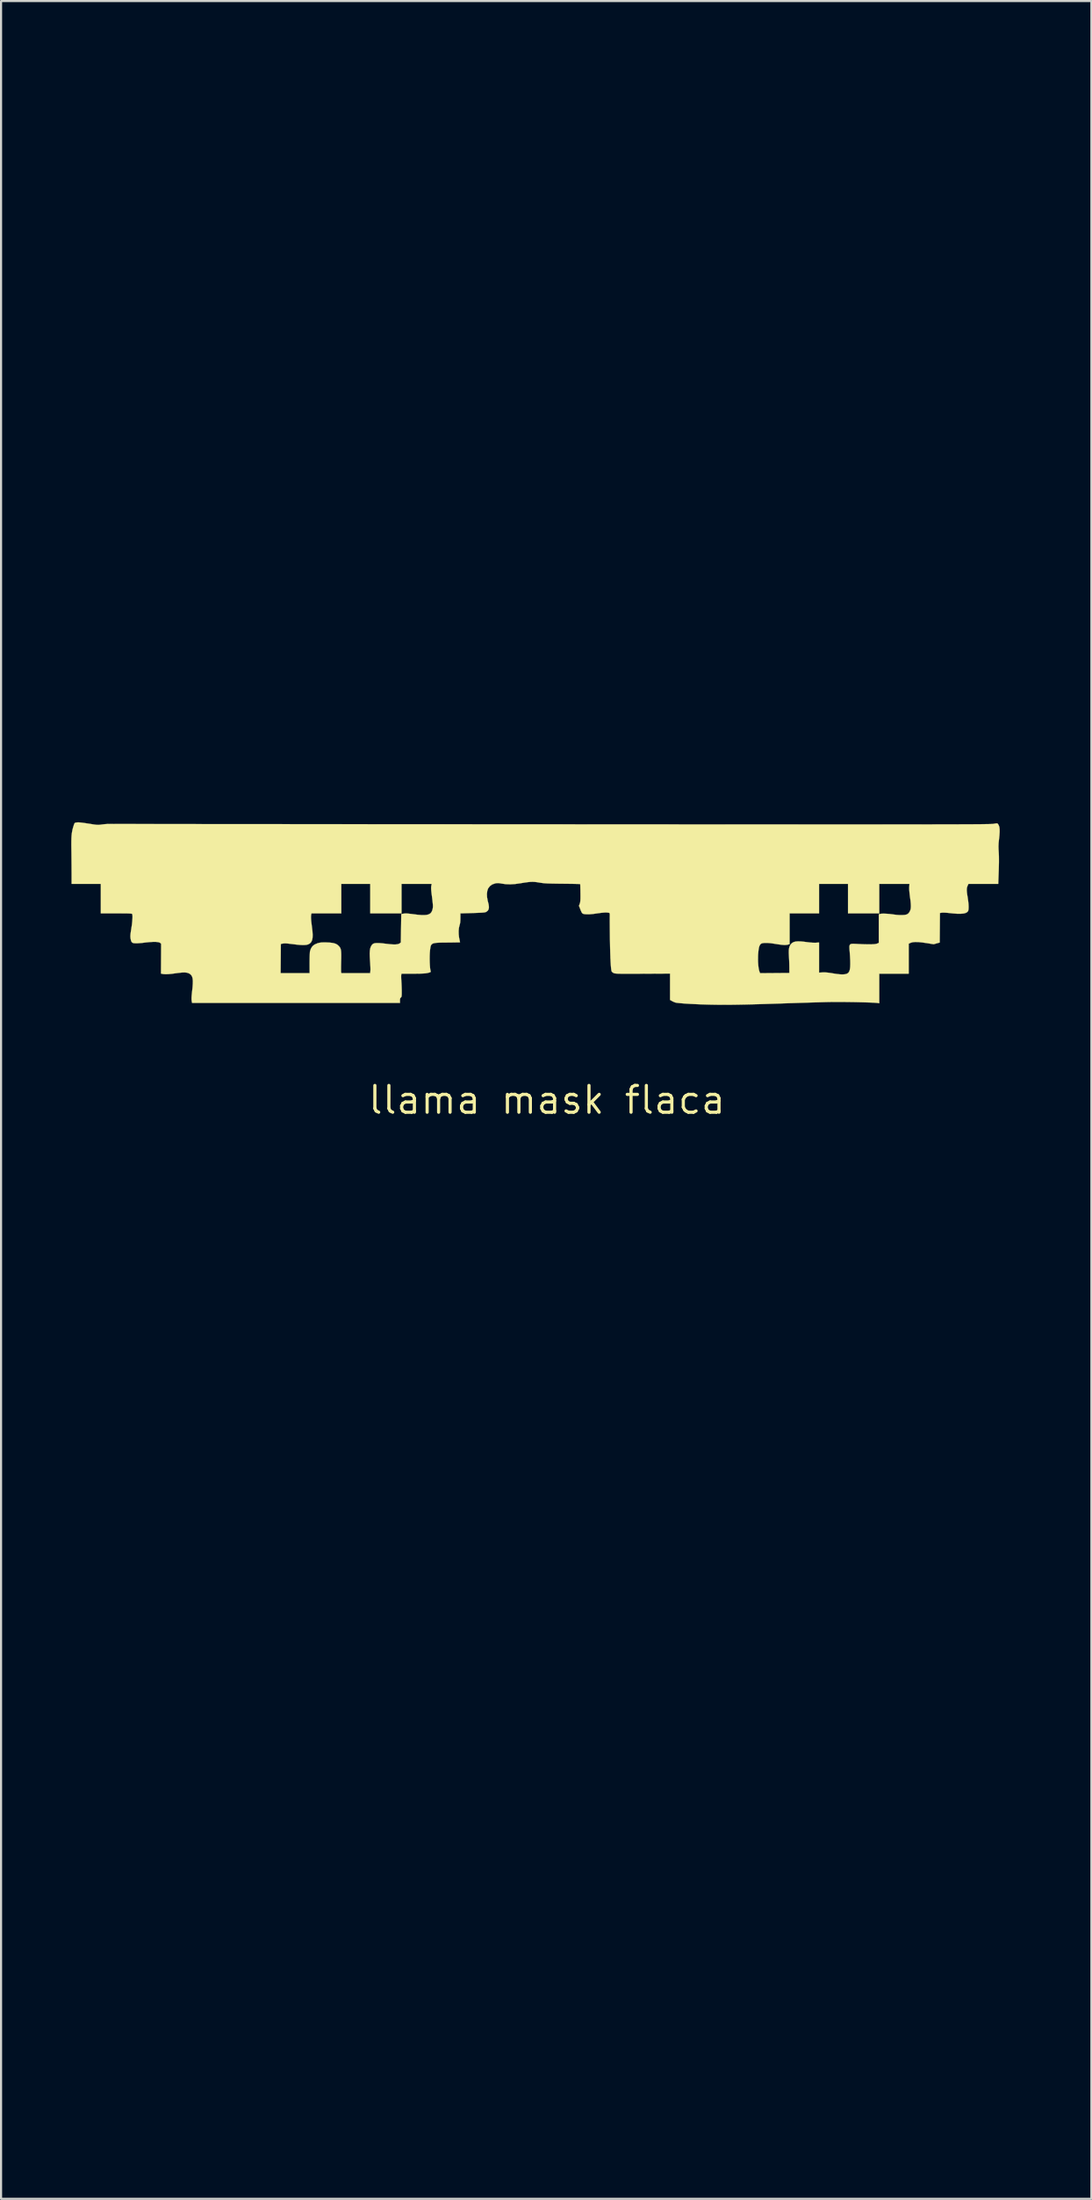
<source format=kicad_pcb>
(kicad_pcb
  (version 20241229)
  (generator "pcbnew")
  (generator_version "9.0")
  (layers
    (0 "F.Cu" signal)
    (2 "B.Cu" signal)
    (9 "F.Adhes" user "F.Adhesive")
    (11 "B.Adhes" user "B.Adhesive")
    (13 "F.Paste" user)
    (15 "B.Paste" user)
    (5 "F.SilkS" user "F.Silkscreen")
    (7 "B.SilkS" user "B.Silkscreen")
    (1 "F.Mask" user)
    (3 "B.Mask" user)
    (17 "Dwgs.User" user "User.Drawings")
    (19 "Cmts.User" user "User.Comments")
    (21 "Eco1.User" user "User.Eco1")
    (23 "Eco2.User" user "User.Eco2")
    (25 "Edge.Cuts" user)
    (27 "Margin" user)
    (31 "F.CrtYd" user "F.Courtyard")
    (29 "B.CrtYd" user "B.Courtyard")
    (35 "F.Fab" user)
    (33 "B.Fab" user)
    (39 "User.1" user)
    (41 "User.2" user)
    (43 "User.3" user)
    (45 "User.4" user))
  (footprint "llama mask flaca"
    (layer "F.Cu")
    (at 22.902 49.099)
    (property "Reference" "llama mask flaca" (at 0 0 0) (layer "F.SilkS") (effects (font (size 1.27 1.27) (thickness 0.15))))
    (attr through_hole)
    (fp_poly (pts (xy 14.342 -8.839) (xy 15.781 -8.839) (xy 15.781 -10.236) (xy 17.283 -10.236) (xy 17.262 -10.182) (xy 17.247 -10.11) (xy 17.243 -10.006) (xy 17.251 -9.866) (xy 17.271 -9.689) (xy 17.286 -9.577) (xy 17.313 -9.36) (xy 17.323 -9.181) (xy 17.314 -9.035) (xy 17.287 -8.921) (xy 17.238 -8.834) (xy 17.167 -8.773) (xy 17.073 -8.734) (xy 16.954 -8.716) (xy 16.873 -8.713) (xy 16.79 -8.716) (xy 16.678 -8.724) (xy 16.551 -8.736) (xy 16.419 -8.752) (xy 16.378 -8.758) (xy 16.231 -8.776) (xy 16.118 -8.787) (xy 16.03 -8.791) (xy 15.96 -8.788) (xy 15.931 -8.784) (xy 15.813 -8.765) (xy 15.807 -8.096) (xy 15.802 -7.426) (xy 15.69 -7.412) (xy 15.628 -7.409) (xy 15.535 -7.411) (xy 15.419 -7.417) (xy 15.291 -7.427) (xy 15.23 -7.433) (xy 15.034 -7.449) (xy 14.874 -7.455) (xy 14.745 -7.449) (xy 14.639 -7.431) (xy 14.553 -7.399) (xy 14.481 -7.354) (xy 14.443 -7.321) (xy 14.391 -7.258) (xy 14.355 -7.18) (xy 14.333 -7.08) (xy 14.325 -6.953) (xy 14.329 -6.791) (xy 14.329 -6.788) (xy 14.339 -6.589) (xy 14.348 -6.428) (xy 14.354 -6.301) (xy 14.358 -6.202) (xy 14.36 -6.129) (xy 14.36 -6.076) (xy 14.358 -6.04) (xy 14.355 -6.015) (xy 14.35 -5.998) (xy 14.344 -5.986) (xy 14.295 -5.94) (xy 14.209 -5.912) (xy 14.083 -5.901) (xy 13.92 -5.908) (xy 13.719 -5.933) (xy 13.601 -5.953) (xy 13.441 -5.977) (xy 13.29 -5.992) (xy 13.157 -5.997) (xy 13.047 -5.992) (xy 12.97 -5.976) (xy 12.961 -5.972) (xy 12.951 -5.97) (xy 12.943 -5.976) (xy 12.937 -5.993) (xy 12.932 -6.026) (xy 12.928 -6.079) (xy 12.926 -6.156) (xy 12.925 -6.261) (xy 12.924 -6.398) (xy 12.924 -6.571) (xy 12.924 -6.684) (xy 12.924 -7.412) (xy 12.778 -7.404) (xy 12.701 -7.404) (xy 12.595 -7.41) (xy 12.469 -7.421) (xy 12.336 -7.437) (xy 12.3 -7.442) (xy 12.119 -7.463) (xy 11.974 -7.473) (xy 11.859 -7.468) (xy 11.768 -7.449) (xy 11.697 -7.414) (xy 11.64 -7.361) (xy 11.595 -7.297) (xy 11.571 -7.253) (xy 11.554 -7.213) (xy 11.545 -7.168) (xy 11.54 -7.106) (xy 11.538 -7.019) (xy 11.538 -6.934) (xy 11.54 -6.805) (xy 11.544 -6.653) (xy 11.55 -6.498) (xy 11.557 -6.371) (xy 11.563 -6.259) (xy 11.566 -6.157) (xy 11.565 -6.076) (xy 11.562 -6.024) (xy 11.561 -6.017) (xy 11.547 -5.961) (xy 10.13 -5.961) (xy 10.13 -7.381) (xy 10.203 -7.412) (xy 10.285 -7.433) (xy 10.397 -7.44) (xy 10.543 -7.434) (xy 10.724 -7.415) (xy 10.907 -7.387) (xy 11.089 -7.361) (xy 11.244 -7.346) (xy 11.369 -7.343) (xy 11.458 -7.351) (xy 11.504 -7.367) (xy 11.511 -7.391) (xy 11.517 -7.454) (xy 11.521 -7.557) (xy 11.524 -7.699) (xy 11.526 -7.883) (xy 11.527 -8.108) (xy 11.527 -8.839) (xy 12.924 -8.839) (xy 12.924 -10.236) (xy 14.342 -10.236) (xy 14.342 -8.839)) (stroke (width 0.01) (type solid)) (fill yes) (layer "F.Mask"))
    (fp_poly (pts (xy -8.355 -8.848) (xy -6.916 -8.848) (xy -6.916 -10.245) (xy -6.172 -10.245) (xy -5.972 -10.244) (xy -5.81 -10.244) (xy -5.683 -10.242) (xy -5.587 -10.24) (xy -5.518 -10.237) (xy -5.473 -10.232) (xy -5.449 -10.226) (xy -5.44 -10.219) (xy -5.44 -10.216) (xy -5.459 -10.146) (xy -5.467 -10.056) (xy -5.464 -9.94) (xy -5.45 -9.794) (xy -5.434 -9.672) (xy -5.41 -9.474) (xy -5.396 -9.299) (xy -5.391 -9.15) (xy -5.395 -9.032) (xy -5.41 -8.95) (xy -5.413 -8.941) (xy -5.451 -8.866) (xy -5.503 -8.808) (xy -5.574 -8.765) (xy -5.667 -8.738) (xy -5.785 -8.725) (xy -5.933 -8.726) (xy -6.114 -8.739) (xy -6.333 -8.765) (xy -6.339 -8.766) (xy -6.489 -8.785) (xy -6.603 -8.796) (xy -6.69 -8.8) (xy -6.755 -8.797) (xy -6.783 -8.793) (xy -6.884 -8.774) (xy -6.895 -7.435) (xy -7.006 -7.422) (xy -7.064 -7.419) (xy -7.154 -7.421) (xy -7.268 -7.426) (xy -7.395 -7.434) (xy -7.491 -7.443) (xy -7.676 -7.457) (xy -7.826 -7.463) (xy -7.946 -7.459) (xy -8.043 -7.446) (xy -8.124 -7.422) (xy -8.194 -7.387) (xy -8.21 -7.377) (xy -8.27 -7.328) (xy -8.317 -7.268) (xy -8.35 -7.192) (xy -8.372 -7.096) (xy -8.382 -6.974) (xy -8.381 -6.821) (xy -8.372 -6.634) (xy -8.367 -6.563) (xy -8.358 -6.433) (xy -8.351 -6.309) (xy -8.348 -6.201) (xy -8.347 -6.118) (xy -8.349 -6.08) (xy -8.36 -5.969) (xy -9.77 -5.969) (xy -9.784 -6.059) (xy -9.787 -6.111) (xy -9.787 -6.195) (xy -9.785 -6.303) (xy -9.781 -6.424) (xy -9.777 -6.498) (xy -9.769 -6.691) (xy -9.767 -6.848) (xy -9.774 -6.973) (xy -9.789 -7.073) (xy -9.815 -7.154) (xy -9.85 -7.219) (xy -9.898 -7.276) (xy -9.9 -7.278) (xy -9.984 -7.341) (xy -10.092 -7.386) (xy -10.23 -7.414) (xy -10.401 -7.426) (xy -10.54 -7.426) (xy -10.706 -7.416) (xy -10.837 -7.397) (xy -10.941 -7.366) (xy -11.024 -7.322) (xy -11.094 -7.261) (xy -11.106 -7.247) (xy -11.146 -7.195) (xy -11.177 -7.139) (xy -11.201 -7.072) (xy -11.218 -6.988) (xy -11.229 -6.883) (xy -11.235 -6.75) (xy -11.237 -6.585) (xy -11.236 -6.451) (xy -11.232 -5.969) (xy -11.928 -5.969) (xy -12.095 -5.969) (xy -12.249 -5.971) (xy -12.384 -5.972) (xy -12.496 -5.975) (xy -12.578 -5.978) (xy -12.627 -5.981) (xy -12.638 -5.983) (xy -12.641 -6.007) (xy -12.644 -6.068) (xy -12.647 -6.161) (xy -12.649 -6.281) (xy -12.651 -6.423) (xy -12.652 -6.582) (xy -12.652 -6.679) (xy -12.651 -6.872) (xy -12.65 -7.027) (xy -12.649 -7.148) (xy -12.646 -7.239) (xy -12.642 -7.304) (xy -12.636 -7.348) (xy -12.63 -7.374) (xy -12.621 -7.386) (xy -12.565 -7.41) (xy -12.47 -7.421) (xy -12.336 -7.419) (xy -12.162 -7.404) (xy -12.031 -7.387) (xy -11.802 -7.36) (xy -11.613 -7.348) (xy -11.462 -7.351) (xy -11.351 -7.368) (xy -11.283 -7.399) (xy -11.221 -7.456) (xy -11.176 -7.526) (xy -11.147 -7.616) (xy -11.133 -7.728) (xy -11.133 -7.868) (xy -11.148 -8.041) (xy -11.17 -8.213) (xy -11.195 -8.406) (xy -11.208 -8.561) (xy -11.21 -8.679) (xy -11.2 -8.765) (xy -11.192 -8.793) (xy -11.171 -8.848) (xy -9.773 -8.848) (xy -9.773 -10.245) (xy -8.355 -10.245) (xy -8.355 -8.848)) (stroke (width 0.01) (type solid)) (fill yes) (layer "F.Mask"))
    (fp_poly (pts (xy 19.587 -49.08) (xy 19.665 -49.046) (xy 19.739 -48.988) (xy 19.798 -48.927) (xy 19.848 -48.856) (xy 19.893 -48.77) (xy 19.932 -48.666) (xy 19.968 -48.537) (xy 20.002 -48.38) (xy 20.035 -48.19) (xy 20.068 -47.974) (xy 20.097 -47.793) (xy 20.129 -47.614) (xy 20.163 -47.449) (xy 20.196 -47.311) (xy 20.206 -47.275) (xy 20.233 -47.177) (xy 20.26 -47.07) (xy 20.288 -46.948) (xy 20.318 -46.809) (xy 20.351 -46.65) (xy 20.387 -46.465) (xy 20.428 -46.252) (xy 20.473 -46.006) (xy 20.525 -45.725) (xy 20.554 -45.561) (xy 20.613 -45.226) (xy 20.664 -44.925) (xy 20.708 -44.65) (xy 20.746 -44.393) (xy 20.779 -44.147) (xy 20.808 -43.903) (xy 20.833 -43.655) (xy 20.856 -43.394) (xy 20.878 -43.113) (xy 20.894 -42.894) (xy 20.915 -42.594) (xy 20.935 -42.331) (xy 20.954 -42.096) (xy 20.972 -41.883) (xy 20.991 -41.686) (xy 21.012 -41.499) (xy 21.033 -41.313) (xy 21.058 -41.124) (xy 21.063 -41.084) (xy 21.095 -40.832) (xy 21.122 -40.606) (xy 21.144 -40.389) (xy 21.164 -40.164) (xy 21.18 -39.962) (xy 21.189 -39.818) (xy 21.196 -39.641) (xy 21.203 -39.439) (xy 21.209 -39.22) (xy 21.213 -38.993) (xy 21.215 -38.768) (xy 21.216 -38.551) (xy 21.215 -38.353) (xy 21.212 -38.182) (xy 21.209 -38.078) (xy 21.201 -37.912) (xy 21.189 -37.718) (xy 21.174 -37.502) (xy 21.158 -37.273) (xy 21.14 -37.04) (xy 21.12 -36.811) (xy 21.101 -36.592) (xy 21.082 -36.393) (xy 21.064 -36.222) (xy 21.051 -36.11) (xy 21.037 -36.006) (xy 21.018 -35.873) (xy 20.995 -35.721) (xy 20.97 -35.564) (xy 20.947 -35.422) (xy 20.895 -35.086) (xy 20.854 -34.782) (xy 20.824 -34.502) (xy 20.804 -34.238) (xy 20.799 -34.141) (xy 20.787 -33.944) (xy 20.767 -33.748) (xy 20.738 -33.541) (xy 20.698 -33.312) (xy 20.658 -33.115) (xy 20.637 -33.01) (xy 20.609 -32.874) (xy 20.576 -32.714) (xy 20.541 -32.54) (xy 20.505 -32.362) (xy 20.47 -32.194) (xy 20.414 -31.922) (xy 20.36 -31.682) (xy 20.307 -31.465) (xy 20.253 -31.26) (xy 20.194 -31.06) (xy 20.127 -30.853) (xy 20.051 -30.63) (xy 20.036 -30.585) (xy 19.968 -30.39) (xy 19.914 -30.223) (xy 19.87 -30.075) (xy 19.834 -29.935) (xy 19.803 -29.792) (xy 19.776 -29.637) (xy 19.748 -29.458) (xy 19.73 -29.326) (xy 19.697 -29.098) (xy 19.666 -28.906) (xy 19.634 -28.741) (xy 19.6 -28.596) (xy 19.563 -28.463) (xy 19.519 -28.336) (xy 19.468 -28.208) (xy 19.443 -28.151) (xy 19.397 -28.042) (xy 19.34 -27.906) (xy 19.278 -27.753) (xy 19.215 -27.597) (xy 19.158 -27.451) (xy 19.106 -27.319) (xy 19.059 -27.2) (xy 19.014 -27.091) (xy 18.969 -26.984) (xy 18.922 -26.874) (xy 18.87 -26.757) (xy 18.811 -26.627) (xy 18.741 -26.477) (xy 18.66 -26.304) (xy 18.564 -26.1) (xy 18.506 -25.977) (xy 18.418 -25.792) (xy 18.344 -25.637) (xy 18.281 -25.505) (xy 18.224 -25.39) (xy 18.169 -25.285) (xy 18.114 -25.181) (xy 18.054 -25.074) (xy 17.986 -24.954) (xy 17.905 -24.816) (xy 17.809 -24.653) (xy 17.75 -24.553) (xy 17.639 -24.365) (xy 17.547 -24.209) (xy 17.469 -24.079) (xy 17.403 -23.97) (xy 17.346 -23.876) (xy 17.294 -23.793) (xy 17.244 -23.715) (xy 17.192 -23.636) (xy 17.137 -23.552) (xy 17.107 -23.507) (xy 17.04 -23.404) (xy 16.961 -23.276) (xy 16.878 -23.135) (xy 16.796 -22.993) (xy 16.746 -22.902) (xy 16.678 -22.779) (xy 16.609 -22.66) (xy 16.546 -22.552) (xy 16.493 -22.466) (xy 16.458 -22.413) (xy 16.385 -22.321) (xy 16.296 -22.224) (xy 16.203 -22.135) (xy 16.116 -22.063) (xy 16.069 -22.031) (xy 16.036 -22.005) (xy 16.009 -21.965) (xy 15.982 -21.902) (xy 15.954 -21.814) (xy 15.894 -21.603) (xy 15.844 -21.395) (xy 15.804 -21.185) (xy 15.772 -20.97) (xy 15.75 -20.744) (xy 15.736 -20.505) (xy 15.732 -20.248) (xy 15.735 -19.969) (xy 15.748 -19.663) (xy 15.768 -19.328) (xy 15.796 -18.958) (xy 15.825 -18.637) (xy 15.845 -18.416) (xy 15.862 -18.223) (xy 15.877 -18.051) (xy 15.89 -17.893) (xy 15.903 -17.74) (xy 15.914 -17.586) (xy 15.925 -17.422) (xy 15.937 -17.243) (xy 15.95 -17.039) (xy 15.965 -16.805) (xy 15.973 -16.679) (xy 16 -16.25) (xy 16.026 -15.861) (xy 16.051 -15.512) (xy 16.076 -15.2) (xy 16.1 -14.923) (xy 16.124 -14.679) (xy 16.148 -14.468) (xy 16.172 -14.287) (xy 16.196 -14.135) (xy 16.22 -14.009) (xy 16.245 -13.909) (xy 16.27 -13.835) (xy 16.31 -13.753) (xy 16.366 -13.655) (xy 16.43 -13.559) (xy 16.452 -13.53) (xy 16.539 -13.41) (xy 16.597 -13.313) (xy 16.63 -13.232) (xy 16.639 -13.166) (xy 16.639 -13.112) (xy 0.048 -13.112) (xy -0.958 -13.112) (xy -1.922 -13.112) (xy -2.845 -13.112) (xy -3.729 -13.112) (xy -4.574 -13.112) (xy -5.381 -13.112) (xy -6.151 -13.112) (xy -6.884 -13.112) (xy -7.583 -13.112) (xy -8.247 -13.113) (xy -8.877 -13.113) (xy -9.474 -13.113) (xy -10.04 -13.113) (xy -10.575 -13.113) (xy -11.08 -13.113) (xy -11.555 -13.114) (xy -12.002 -13.114) (xy -12.422 -13.114) (xy -12.815 -13.115) (xy -13.183 -13.115) (xy -13.526 -13.116) (xy -13.844 -13.116) (xy -14.14 -13.117) (xy -14.414 -13.117) (xy -14.666 -13.118) (xy -14.897 -13.119) (xy -15.11 -13.12) (xy -15.303 -13.12) (xy -15.479 -13.121) (xy -15.638 -13.122) (xy -15.78 -13.123) (xy -15.908 -13.125) (xy -16.021 -13.126) (xy -16.121 -13.127) (xy -16.208 -13.128) (xy -16.283 -13.13) (xy -16.348 -13.131) (xy -16.403 -13.133) (xy -16.448 -13.134) (xy -16.486 -13.136) (xy -16.516 -13.138) (xy -16.54 -13.14) (xy -16.558 -13.142) (xy -16.572 -13.144) (xy -16.582 -13.146) (xy -16.588 -13.149) (xy -16.593 -13.151) (xy -16.597 -13.153) (xy -16.597 -13.154) (xy -16.667 -13.235) (xy -16.708 -13.342) (xy -16.719 -13.469) (xy -16.702 -13.613) (xy -16.656 -13.769) (xy -16.581 -13.932) (xy -16.568 -13.955) (xy -16.523 -14.022) (xy -16.451 -14.109) (xy -16.36 -14.21) (xy -16.255 -14.318) (xy -16.254 -14.319) (xy -16.147 -14.428) (xy -16.028 -14.557) (xy -15.909 -14.69) (xy -15.803 -14.813) (xy -15.783 -14.837) (xy -15.703 -14.936) (xy -15.627 -15.028) (xy -15.561 -15.108) (xy -15.513 -15.167) (xy -15.494 -15.189) (xy -15.429 -15.266) (xy -15.497 -15.294) (xy -15.617 -15.356) (xy -15.721 -15.439) (xy -15.797 -15.53) (xy -15.8 -15.535) (xy -15.84 -15.623) (xy -15.863 -15.717) (xy -15.867 -15.825) (xy -15.851 -15.948) (xy -15.815 -16.093) (xy -15.757 -16.263) (xy -15.679 -16.462) (xy -15.642 -16.548) (xy -15.559 -16.747) (xy -15.495 -16.911) (xy -15.451 -17.038) (xy -15.427 -17.129) (xy -15.422 -17.183) (xy -15.43 -17.198) (xy -15.459 -17.207) (xy -15.521 -17.221) (xy -15.608 -17.238) (xy -15.711 -17.256) (xy -15.732 -17.259) (xy -16.017 -17.309) (xy -16.272 -17.357) (xy -16.492 -17.403) (xy -16.676 -17.447) (xy -16.822 -17.488) (xy -16.846 -17.496) (xy -17.089 -17.588) (xy -17.293 -17.691) (xy -17.463 -17.807) (xy -17.603 -17.941) (xy -17.715 -18.093) (xy -17.753 -18.16) (xy -17.781 -18.22) (xy -17.798 -18.276) (xy -17.806 -18.343) (xy -17.809 -18.435) (xy -17.809 -18.457) (xy -17.808 -18.555) (xy -17.801 -18.627) (xy -17.785 -18.688) (xy -17.757 -18.756) (xy -17.744 -18.785) (xy -17.698 -18.873) (xy -17.642 -18.962) (xy -17.572 -19.059) (xy -17.483 -19.167) (xy -17.372 -19.294) (xy -17.237 -19.441) (xy -17.077 -19.616) (xy -16.948 -19.767) (xy -16.847 -19.897) (xy -16.771 -20.01) (xy -16.718 -20.109) (xy -16.708 -20.133) (xy -16.658 -20.255) (xy -16.938 -20.352) (xy -17.123 -20.419) (xy -17.274 -20.484) (xy -17.397 -20.548) (xy -17.501 -20.616) (xy -17.591 -20.692) (xy -17.611 -20.712) (xy -17.717 -20.834) (xy -17.796 -20.963) (xy -17.846 -21.092) (xy -17.864 -21.214) (xy -17.849 -21.324) (xy -17.832 -21.365) (xy -17.766 -21.452) (xy -17.66 -21.538) (xy -17.518 -21.621) (xy -17.34 -21.7) (xy -17.13 -21.774) (xy -17.064 -21.794) (xy -16.971 -21.823) (xy -16.894 -21.85) (xy -16.843 -21.872) (xy -16.825 -21.884) (xy -16.838 -21.911) (xy -16.876 -21.967) (xy -16.934 -22.047) (xy -17.011 -22.149) (xy -17.104 -22.268) (xy -17.209 -22.4) (xy -17.325 -22.543) (xy -17.446 -22.692) (xy -17.506 -22.764) (xy -17.697 -22.995) (xy -17.865 -23.201) (xy -18.015 -23.388) (xy -18.153 -23.565) (xy -18.283 -23.737) (xy -18.411 -23.911) (xy -18.541 -24.095) (xy -18.679 -24.295) (xy -18.83 -24.518) (xy -18.975 -24.734) (xy -19.316 -25.262) (xy -19.623 -25.769) (xy -19.895 -26.258) (xy -20.136 -26.731) (xy -20.345 -27.19) (xy -20.455 -27.458) (xy -20.51 -27.601) (xy -20.577 -27.778) (xy -20.653 -27.983) (xy -20.737 -28.211) (xy -20.825 -28.455) (xy -20.917 -28.71) (xy -21.009 -28.969) (xy -21.1 -29.227) (xy -21.188 -29.478) (xy -21.27 -29.715) (xy -21.305 -29.818) (xy -21.4 -30.104) (xy -21.481 -30.362) (xy -21.55 -30.602) (xy -21.609 -30.835) (xy -21.662 -31.072) (xy -21.711 -31.323) (xy -21.758 -31.599) (xy -21.776 -31.707) (xy -21.899 -32.571) (xy -21.99 -33.411) (xy -22.05 -34.232) (xy -22.078 -35.038) (xy -22.074 -35.832) (xy -22.039 -36.621) (xy -21.973 -37.407) (xy -21.895 -38.057) (xy -21.873 -38.22) (xy -21.853 -38.369) (xy -21.836 -38.509) (xy -21.82 -38.647) (xy -21.805 -38.786) (xy -21.79 -38.933) (xy -21.776 -39.092) (xy -21.761 -39.268) (xy -21.745 -39.468) (xy -21.728 -39.696) (xy -21.709 -39.957) (xy -21.693 -40.163) (xy -21.669 -40.494) (xy -21.646 -40.789) (xy -21.625 -41.054) (xy -21.603 -41.294) (xy -21.58 -41.515) (xy -21.555 -41.722) (xy -21.528 -41.921) (xy -21.498 -42.116) (xy -21.463 -42.313) (xy -21.423 -42.517) (xy -21.377 -42.735) (xy -21.324 -42.97) (xy -21.263 -43.228) (xy -21.194 -43.516) (xy -21.115 -43.837) (xy -21.089 -43.943) (xy -21.025 -44.201) (xy -20.966 -44.43) (xy -20.911 -44.636) (xy -20.857 -44.825) (xy -20.802 -45.003) (xy -20.745 -45.176) (xy -20.682 -45.349) (xy -20.613 -45.529) (xy -20.535 -45.722) (xy -20.446 -45.932) (xy -20.344 -46.166) (xy -20.226 -46.431) (xy -20.17 -46.556) (xy -20.058 -46.804) (xy -19.96 -47.017) (xy -19.873 -47.2) (xy -19.796 -47.357) (xy -19.727 -47.491) (xy -19.662 -47.608) (xy -19.601 -47.711) (xy -19.54 -47.804) (xy -19.497 -47.866) (xy -19.344 -48.064) (xy -19.198 -48.22) (xy -19.058 -48.335) (xy -18.924 -48.407) (xy -18.797 -48.438) (xy -18.767 -48.439) (xy -18.696 -48.436) (xy -18.635 -48.422) (xy -18.58 -48.395) (xy -18.527 -48.35) (xy -18.474 -48.282) (xy -18.415 -48.188) (xy -18.348 -48.064) (xy -18.268 -47.906) (xy -18.257 -47.884) (xy -18.129 -47.637) (xy -17.983 -47.388) (xy -17.813 -47.125) (xy -17.807 -47.116) (xy -17.715 -46.979) (xy -17.617 -46.833) (xy -17.52 -46.689) (xy -17.432 -46.558) (xy -17.36 -46.45) (xy -17.353 -46.439) (xy -17.286 -46.335) (xy -17.206 -46.205) (xy -17.119 -46.057) (xy -17.032 -45.903) (xy -16.949 -45.754) (xy -16.931 -45.719) (xy -16.848 -45.566) (xy -16.751 -45.389) (xy -16.647 -45.202) (xy -16.542 -45.015) (xy -16.444 -44.843) (xy -16.413 -44.788) (xy -16.311 -44.612) (xy -16.222 -44.454) (xy -16.14 -44.31) (xy -16.065 -44.174) (xy -15.993 -44.04) (xy -15.921 -43.903) (xy -15.846 -43.758) (xy -15.765 -43.599) (xy -15.677 -43.421) (xy -15.576 -43.218) (xy -15.462 -42.985) (xy -15.402 -42.862) (xy -15.273 -42.598) (xy -15.162 -42.367) (xy -15.066 -42.164) (xy -14.982 -41.985) (xy -14.911 -41.825) (xy -14.848 -41.679) (xy -14.792 -41.542) (xy -14.741 -41.41) (xy -14.694 -41.279) (xy -14.647 -41.143) (xy -14.624 -41.074) (xy -14.565 -40.903) (xy -14.506 -40.75) (xy -14.443 -40.609) (xy -14.372 -40.475) (xy -14.29 -40.342) (xy -14.194 -40.206) (xy -14.08 -40.06) (xy -13.945 -39.9) (xy -13.786 -39.72) (xy -13.638 -39.558) (xy -13.51 -39.42) (xy -13.4 -39.298) (xy -13.301 -39.186) (xy -13.209 -39.078) (xy -13.118 -38.969) (xy -13.024 -38.851) (xy -12.92 -38.718) (xy -12.803 -38.564) (xy -12.666 -38.382) (xy -12.652 -38.364) (xy -12.48 -38.133) (xy -12.33 -37.929) (xy -12.198 -37.746) (xy -12.082 -37.577) (xy -11.977 -37.416) (xy -11.879 -37.258) (xy -11.785 -37.095) (xy -11.69 -36.922) (xy -11.591 -36.733) (xy -11.485 -36.521) (xy -11.367 -36.28) (xy -11.323 -36.188) (xy -11.168 -35.865) (xy -11.03 -35.571) (xy -10.906 -35.299) (xy -10.793 -35.042) (xy -10.689 -34.792) (xy -10.591 -34.544) (xy -10.496 -34.289) (xy -10.401 -34.022) (xy -10.304 -33.735) (xy -10.201 -33.421) (xy -10.091 -33.074) (xy -10.084 -33.051) (xy -9.923 -32.522) (xy -9.781 -32.027) (xy -9.658 -31.565) (xy -9.554 -31.131) (xy -9.467 -30.725) (xy -9.45 -30.638) (xy -9.435 -30.559) (xy -9.416 -30.449) (xy -9.392 -30.314) (xy -9.366 -30.157) (xy -9.337 -29.984) (xy -9.306 -29.8) (xy -9.274 -29.609) (xy -9.242 -29.416) (xy -9.211 -29.226) (xy -9.182 -29.043) (xy -9.154 -28.873) (xy -9.13 -28.72) (xy -9.109 -28.589) (xy -9.093 -28.484) (xy -9.083 -28.411) (xy -9.078 -28.374) (xy -9.078 -28.372) (xy -9.06 -28.356) (xy -9.009 -28.355) (xy -8.933 -28.368) (xy -8.838 -28.394) (xy -8.729 -28.43) (xy -8.615 -28.474) (xy -8.511 -28.521) (xy -8.359 -28.601) (xy -8.201 -28.7) (xy -8.032 -28.82) (xy -7.848 -28.967) (xy -7.66 -29.126) (xy -7.449 -29.307) (xy -7.264 -29.461) (xy -7.098 -29.591) (xy -6.949 -29.699) (xy -6.811 -29.789) (xy -6.68 -29.864) (xy -6.551 -29.928) (xy -6.504 -29.949) (xy -6.363 -30.004) (xy -6.187 -30.062) (xy -5.982 -30.123) (xy -5.755 -30.184) (xy -5.513 -30.244) (xy -5.261 -30.301) (xy -5.006 -30.354) (xy -4.756 -30.4) (xy -4.676 -30.414) (xy -4.351 -30.465) (xy -4.057 -30.505) (xy -3.78 -30.534) (xy -3.51 -30.555) (xy -3.235 -30.567) (xy -2.945 -30.572) (xy -2.683 -30.571) (xy -2.119 -30.564) (xy -2.2 -30.652) (xy -2.29 -30.771) (xy -2.364 -30.91) (xy -2.419 -31.061) (xy -2.456 -31.217) (xy -2.474 -31.373) (xy -2.472 -31.522) (xy -2.45 -31.656) (xy -2.406 -31.77) (xy -2.34 -31.857) (xy -2.32 -31.873) (xy -2.275 -31.9) (xy -2.221 -31.918) (xy -2.155 -31.925) (xy -2.072 -31.923) (xy -1.971 -31.91) (xy -1.847 -31.885) (xy -1.697 -31.849) (xy -1.517 -31.799) (xy -1.305 -31.737) (xy -1.057 -31.661) (xy -1.03 -31.653) (xy -0.853 -31.599) (xy -0.659 -31.543) (xy -0.46 -31.488) (xy -0.271 -31.437) (xy -0.102 -31.394) (xy -0.035 -31.378) (xy 0.09 -31.349) (xy 0.201 -31.322) (xy 0.302 -31.298) (xy 0.4 -31.274) (xy 0.499 -31.248) (xy 0.603 -31.221) (xy 0.72 -31.189) (xy 0.853 -31.153) (xy 1.008 -31.11) (xy 1.189 -31.059) (xy 1.403 -30.999) (xy 1.569 -30.952) (xy 1.913 -30.855) (xy 2.221 -30.771) (xy 2.495 -30.698) (xy 2.738 -30.635) (xy 2.954 -30.582) (xy 3.146 -30.538) (xy 3.318 -30.501) (xy 3.473 -30.472) (xy 3.548 -30.46) (xy 3.743 -30.428) (xy 3.905 -30.401) (xy 4.042 -30.377) (xy 4.163 -30.355) (xy 4.276 -30.333) (xy 4.391 -30.309) (xy 4.515 -30.281) (xy 4.657 -30.248) (xy 4.797 -30.215) (xy 5.036 -30.159) (xy 5.241 -30.112) (xy 5.414 -30.074) (xy 5.562 -30.044) (xy 5.69 -30.021) (xy 5.803 -30.004) (xy 5.907 -29.994) (xy 6.006 -29.987) (xy 6.106 -29.986) (xy 6.212 -29.987) (xy 6.329 -29.991) (xy 6.332 -29.991) (xy 6.509 -29.996) (xy 6.66 -29.995) (xy 6.779 -29.988) (xy 6.828 -29.982) (xy 6.98 -29.944) (xy 7.149 -29.876) (xy 7.325 -29.783) (xy 7.409 -29.731) (xy 7.53 -29.668) (xy 7.639 -29.644) (xy 7.739 -29.661) (xy 7.831 -29.718) (xy 7.92 -29.817) (xy 7.92 -29.817) (xy 7.964 -29.881) (xy 8.005 -29.95) (xy 8.047 -30.03) (xy 8.092 -30.129) (xy 8.144 -30.253) (xy 8.206 -30.408) (xy 8.229 -30.467) (xy 8.314 -30.673) (xy 8.405 -30.868) (xy 8.495 -31.036) (xy 8.51 -31.061) (xy 8.561 -31.15) (xy 8.628 -31.266) (xy 8.705 -31.403) (xy 8.787 -31.552) (xy 8.871 -31.704) (xy 8.925 -31.802) (xy 9.057 -32.043) (xy 9.185 -32.27) (xy 9.312 -32.489) (xy 9.442 -32.705) (xy 9.579 -32.924) (xy 9.725 -33.152) (xy 9.885 -33.395) (xy 10.063 -33.659) (xy 10.261 -33.949) (xy 10.321 -34.036) (xy 10.481 -34.267) (xy 10.622 -34.467) (xy 10.747 -34.641) (xy 10.859 -34.794) (xy 10.962 -34.931) (xy 11.06 -35.056) (xy 11.156 -35.174) (xy 11.254 -35.29) (xy 11.306 -35.349) (xy 11.494 -35.57) (xy 11.695 -35.813) (xy 11.901 -36.073) (xy 12.107 -36.339) (xy 12.306 -36.605) (xy 12.494 -36.862) (xy 12.662 -37.103) (xy 12.779 -37.277) (xy 12.91 -37.475) (xy 13.025 -37.645) (xy 13.131 -37.793) (xy 13.233 -37.929) (xy 13.336 -38.059) (xy 13.447 -38.192) (xy 13.562 -38.323) (xy 13.738 -38.524) (xy 13.887 -38.701) (xy 14.014 -38.858) (xy 14.121 -39) (xy 14.214 -39.131) (xy 14.295 -39.258) (xy 14.336 -39.327) (xy 14.359 -39.371) (xy 14.399 -39.448) (xy 14.454 -39.555) (xy 14.521 -39.688) (xy 14.598 -39.843) (xy 14.683 -40.015) (xy 14.775 -40.2) (xy 14.871 -40.394) (xy 14.903 -40.459) (xy 15.007 -40.671) (xy 15.114 -40.887) (xy 15.22 -41.1) (xy 15.323 -41.306) (xy 15.42 -41.498) (xy 15.507 -41.671) (xy 15.581 -41.817) (xy 15.64 -41.931) (xy 15.777 -42.192) (xy 15.895 -42.42) (xy 15.997 -42.62) (xy 16.086 -42.797) (xy 16.163 -42.954) (xy 16.231 -43.097) (xy 16.291 -43.23) (xy 16.347 -43.357) (xy 16.4 -43.483) (xy 16.448 -43.603) (xy 16.514 -43.765) (xy 16.59 -43.945) (xy 16.67 -44.129) (xy 16.747 -44.301) (xy 16.811 -44.439) (xy 16.88 -44.589) (xy 16.955 -44.756) (xy 17.028 -44.925) (xy 17.094 -45.082) (xy 17.133 -45.18) (xy 17.221 -45.4) (xy 17.301 -45.588) (xy 17.377 -45.751) (xy 17.452 -45.898) (xy 17.532 -46.036) (xy 17.612 -46.164) (xy 17.661 -46.245) (xy 17.725 -46.359) (xy 17.802 -46.5) (xy 17.887 -46.663) (xy 17.98 -46.841) (xy 18.076 -47.031) (xy 18.173 -47.225) (xy 18.268 -47.419) (xy 18.358 -47.607) (xy 18.441 -47.783) (xy 18.514 -47.942) (xy 18.574 -48.078) (xy 18.602 -48.143) (xy 18.691 -48.355) (xy 18.773 -48.53) (xy 18.849 -48.674) (xy 18.922 -48.79) (xy 18.995 -48.884) (xy 19.071 -48.958) (xy 19.138 -49.01) (xy 19.22 -49.058) (xy 19.298 -49.083) (xy 19.37 -49.091) (xy 19.492 -49.094) (xy 19.587 -49.08)) (stroke (width 0.01) (type solid)) (fill yes) (layer "F.Mask"))
    (fp_poly (pts (xy -0.618 -10.362) (xy -0.523 -10.354) (xy -0.418 -10.338) (xy -0.36 -10.329) (xy -0.272 -10.314) (xy -0.187 -10.303) (xy -0.097 -10.294) (xy 0.005 -10.288) (xy 0.126 -10.283) (xy 0.272 -10.279) (xy 0.451 -10.277) (xy 0.515 -10.276) (xy 0.692 -10.274) (xy 0.831 -10.272) (xy 0.938 -10.27) (xy 1.018 -10.267) (xy 1.074 -10.262) (xy 1.114 -10.256) (xy 1.14 -10.248) (xy 1.158 -10.238) (xy 1.174 -10.224) (xy 1.174 -10.224) (xy 1.224 -10.16) (xy 1.274 -10.06) (xy 1.327 -9.922) (xy 1.383 -9.745) (xy 1.408 -9.652) (xy 1.479 -9.406) (xy 1.552 -9.191) (xy 1.632 -8.993) (xy 1.724 -8.8) (xy 1.834 -8.602) (xy 1.968 -8.384) (xy 1.968 -8.384) (xy 2.037 -8.275) (xy 2.111 -8.156) (xy 2.178 -8.045) (xy 2.22 -7.975) (xy 2.29 -7.866) (xy 2.366 -7.771) (xy 2.459 -7.676) (xy 2.513 -7.627) (xy 2.607 -7.541) (xy 2.709 -7.446) (xy 2.803 -7.357) (xy 2.849 -7.313) (xy 2.999 -7.164) (xy 3.014 -6.953) (xy 3.028 -6.743) (xy 3.04 -6.571) (xy 3.051 -6.434) (xy 3.061 -6.326) (xy 3.07 -6.244) (xy 3.079 -6.183) (xy 3.088 -6.14) (xy 3.098 -6.111) (xy 3.109 -6.091) (xy 3.117 -6.082) (xy 3.165 -6.044) (xy 3.235 -6.017) (xy 3.33 -6.001) (xy 3.457 -5.994) (xy 3.619 -5.996) (xy 3.689 -5.998) (xy 4.005 -6.013) (xy 4.093 -5.922) (xy 4.183 -5.827) (xy 4.247 -5.757) (xy 4.285 -5.707) (xy 4.302 -5.675) (xy 4.301 -5.655) (xy 4.294 -5.648) (xy 4.256 -5.638) (xy 4.185 -5.633) (xy 4.089 -5.633) (xy 3.977 -5.636) (xy 3.857 -5.644) (xy 3.739 -5.654) (xy 3.631 -5.667) (xy 3.542 -5.683) (xy 3.51 -5.69) (xy 3.339 -5.742) (xy 3.173 -5.805) (xy 3.011 -5.882) (xy 2.849 -5.975) (xy 2.684 -6.085) (xy 2.513 -6.217) (xy 2.334 -6.371) (xy 2.143 -6.55) (xy 1.938 -6.757) (xy 1.715 -6.993) (xy 1.472 -7.261) (xy 1.398 -7.345) (xy 1.212 -7.554) (xy 1.05 -7.733) (xy 0.908 -7.887) (xy 0.784 -8.017) (xy 0.673 -8.127) (xy 0.573 -8.22) (xy 0.48 -8.299) (xy 0.39 -8.367) (xy 0.301 -8.427) (xy 0.208 -8.483) (xy 0.109 -8.537) (xy 0.081 -8.551) (xy -0.21 -8.684) (xy -0.502 -8.779) (xy -0.801 -8.839) (xy -1.116 -8.864) (xy -1.331 -8.863) (xy -1.612 -8.843) (xy -1.868 -8.799) (xy -2.11 -8.73) (xy -2.35 -8.632) (xy -2.382 -8.617) (xy -2.547 -8.533) (xy -2.696 -8.445) (xy -2.835 -8.347) (xy -2.968 -8.235) (xy -3.102 -8.105) (xy -3.24 -7.952) (xy -3.389 -7.77) (xy -3.545 -7.567) (xy -3.852 -7.144) (xy -4.125 -6.74) (xy -4.367 -6.352) (xy -4.578 -5.974) (xy -4.761 -5.605) (xy -4.917 -5.24) (xy -5.049 -4.876) (xy -5.158 -4.508) (xy -5.237 -4.172) (xy -5.258 -4.072) (xy -5.275 -3.986) (xy -5.287 -3.924) (xy -5.292 -3.894) (xy -5.292 -3.893) (xy -5.276 -3.896) (xy -5.235 -3.921) (xy -5.175 -3.964) (xy -5.128 -4.001) (xy -4.829 -4.228) (xy -4.538 -4.434) (xy -4.26 -4.613) (xy -3.999 -4.765) (xy -3.818 -4.858) (xy -3.721 -4.902) (xy -3.612 -4.947) (xy -3.499 -4.992) (xy -3.391 -5.032) (xy -3.294 -5.064) (xy -3.217 -5.087) (xy -3.168 -5.097) (xy -3.158 -5.097) (xy -3.153 -5.078) (xy -3.174 -5.035) (xy -3.217 -4.97) (xy -3.278 -4.89) (xy -3.353 -4.8) (xy -3.439 -4.703) (xy -3.491 -4.649) (xy -3.555 -4.585) (xy -3.645 -4.501) (xy -3.753 -4.404) (xy -3.871 -4.3) (xy -3.992 -4.196) (xy -4.032 -4.162) (xy -4.374 -3.866) (xy -4.68 -3.583) (xy -4.948 -3.313) (xy -5.179 -3.059) (xy -5.373 -2.819) (xy -5.528 -2.594) (xy -5.63 -2.414) (xy -5.664 -2.339) (xy -5.705 -2.241) (xy -5.745 -2.137) (xy -5.756 -2.106) (xy -5.81 -1.915) (xy -5.827 -1.739) (xy -5.806 -1.572) (xy -5.747 -1.407) (xy -5.649 -1.237) (xy -5.632 -1.213) (xy -5.579 -1.141) (xy -5.522 -1.073) (xy -5.459 -1.005) (xy -5.384 -0.935) (xy -5.294 -0.859) (xy -5.185 -0.774) (xy -5.053 -0.677) (xy -4.895 -0.564) (xy -4.705 -0.432) (xy -4.647 -0.392) (xy -4.317 -0.16) (xy -4.02 0.056) (xy -3.754 0.261) (xy -3.515 0.457) (xy -3.3 0.647) (xy -3.104 0.835) (xy -2.924 1.023) (xy -2.757 1.216) (xy -2.636 1.365) (xy -2.51 1.527) (xy -2.406 1.66) (xy -2.318 1.77) (xy -2.242 1.862) (xy -2.175 1.942) (xy -2.111 2.015) (xy -2.045 2.086) (xy -1.975 2.16) (xy -1.894 2.244) (xy -1.894 2.244) (xy -1.787 2.356) (xy -1.672 2.483) (xy -1.559 2.613) (xy -1.46 2.73) (xy -1.431 2.767) (xy -1.291 2.939) (xy -1.17 3.077) (xy -1.063 3.184) (xy -0.967 3.262) (xy -0.88 3.314) (xy -0.798 3.344) (xy -0.72 3.352) (xy -0.662 3.348) (xy -0.606 3.333) (xy -0.546 3.304) (xy -0.478 3.259) (xy -0.398 3.192) (xy -0.301 3.103) (xy -0.184 2.986) (xy -0.106 2.907) (xy 0.011 2.786) (xy 0.12 2.671) (xy 0.225 2.557) (xy 0.329 2.438) (xy 0.439 2.31) (xy 0.557 2.167) (xy 0.688 2.005) (xy 0.836 1.818) (xy 0.985 1.63) (xy 1.139 1.433) (xy 1.271 1.266) (xy 1.383 1.124) (xy 1.48 1.003) (xy 1.564 0.899) (xy 1.639 0.808) (xy 1.708 0.726) (xy 1.774 0.648) (xy 1.842 0.571) (xy 1.911 0.493) (xy 2.037 0.355) (xy 2.151 0.237) (xy 2.261 0.136) (xy 2.371 0.047) (xy 2.487 -0.034) (xy 2.617 -0.111) (xy 2.765 -0.187) (xy 2.939 -0.267) (xy 3.143 -0.354) (xy 3.26 -0.403) (xy 3.45 -0.482) (xy 3.606 -0.55) (xy 3.733 -0.609) (xy 3.837 -0.661) (xy 3.924 -0.71) (xy 3.962 -0.733) (xy 4.042 -0.783) (xy 4.067 -0.736) (xy 4.081 -0.691) (xy 4.094 -0.619) (xy 4.101 -0.54) (xy 4.101 -0.431) (xy 4.084 -0.329) (xy 4.048 -0.231) (xy 3.991 -0.133) (xy 3.908 -0.03) (xy 3.797 0.08) (xy 3.656 0.203) (xy 3.482 0.34) (xy 3.418 0.388) (xy 3.26 0.509) (xy 3.132 0.611) (xy 3.026 0.699) (xy 2.938 0.78) (xy 2.862 0.857) (xy 2.792 0.938) (xy 2.73 1.016) (xy 2.657 1.108) (xy 2.584 1.191) (xy 2.507 1.27) (xy 2.422 1.348) (xy 2.322 1.429) (xy 2.205 1.517) (xy 2.065 1.616) (xy 1.897 1.729) (xy 1.718 1.847) (xy 1.522 1.98) (xy 1.358 2.1) (xy 1.222 2.211) (xy 1.109 2.319) (xy 1.012 2.428) (xy 0.964 2.49) (xy 0.892 2.584) (xy 0.818 2.672) (xy 0.738 2.761) (xy 0.646 2.855) (xy 0.535 2.96) (xy 0.401 3.082) (xy 0.279 3.19) (xy 0.111 3.343) (xy -0.027 3.477) (xy -0.137 3.596) (xy -0.224 3.706) (xy -0.292 3.81) (xy -0.337 3.896) (xy -0.376 3.991) (xy -0.402 4.086) (xy -0.415 4.189) (xy -0.416 4.309) (xy -0.406 4.456) (xy -0.394 4.564) (xy -0.382 4.672) (xy -0.368 4.812) (xy -0.353 4.973) (xy -0.338 5.144) (xy -0.323 5.314) (xy -0.317 5.387) (xy -0.299 5.601) (xy -0.283 5.78) (xy -0.269 5.933) (xy -0.255 6.066) (xy -0.241 6.188) (xy -0.225 6.306) (xy -0.207 6.428) (xy -0.189 6.54) (xy -0.171 6.646) (xy -0.147 6.765) (xy -0.119 6.889) (xy -0.09 7.009) (xy -0.062 7.118) (xy -0.036 7.208) (xy -0.015 7.27) (xy -0.004 7.293) (xy 0.021 7.304) (xy 0.08 7.319) (xy 0.164 7.338) (xy 0.265 7.357) (xy 0.286 7.36) (xy 0.401 7.382) (xy 0.543 7.412) (xy 0.698 7.448) (xy 0.853 7.487) (xy 0.953 7.513) (xy 1.211 7.584) (xy 1.433 7.643) (xy 1.624 7.694) (xy 1.789 7.735) (xy 1.932 7.769) (xy 2.058 7.796) (xy 2.172 7.818) (xy 2.279 7.835) (xy 2.382 7.847) (xy 2.488 7.857) (xy 2.601 7.865) (xy 2.725 7.872) (xy 2.773 7.874) (xy 2.922 7.882) (xy 3.055 7.891) (xy 3.177 7.902) (xy 3.295 7.916) (xy 3.416 7.935) (xy 3.547 7.959) (xy 3.693 7.99) (xy 3.863 8.028) (xy 4.062 8.076) (xy 4.233 8.117) (xy 4.457 8.172) (xy 4.647 8.216) (xy 4.807 8.253) (xy 4.945 8.282) (xy 5.066 8.305) (xy 5.177 8.322) (xy 5.283 8.336) (xy 5.392 8.346) (xy 5.508 8.354) (xy 5.622 8.361) (xy 5.749 8.368) (xy 5.858 8.375) (xy 5.955 8.384) (xy 6.05 8.394) (xy 6.15 8.408) (xy 6.262 8.427) (xy 6.394 8.45) (xy 6.554 8.481) (xy 6.699 8.508) (xy 6.896 8.546) (xy 7.058 8.576) (xy 7.192 8.6) (xy 7.305 8.617) (xy 7.404 8.629) (xy 7.494 8.637) (xy 7.584 8.642) (xy 7.68 8.644) (xy 7.779 8.645) (xy 7.951 8.642) (xy 8.093 8.632) (xy 8.214 8.612) (xy 8.328 8.581) (xy 8.444 8.536) (xy 8.507 8.508) (xy 8.575 8.478) (xy 8.626 8.458) (xy 8.65 8.453) (xy 8.651 8.453) (xy 8.643 8.473) (xy 8.611 8.511) (xy 8.561 8.561) (xy 8.502 8.614) (xy 8.442 8.663) (xy 8.389 8.701) (xy 8.381 8.706) (xy 8.312 8.742) (xy 8.241 8.771) (xy 8.16 8.794) (xy 8.063 8.812) (xy 7.946 8.826) (xy 7.8 8.836) (xy 7.62 8.845) (xy 7.546 8.847) (xy 7.38 8.854) (xy 7.249 8.86) (xy 7.149 8.867) (xy 7.072 8.876) (xy 7.012 8.886) (xy 6.962 8.899) (xy 6.942 8.906) (xy 6.889 8.93) (xy 6.809 8.974) (xy 6.707 9.032) (xy 6.592 9.101) (xy 6.47 9.177) (xy 6.434 9.2) (xy 6.231 9.331) (xy 6.041 9.452) (xy 5.866 9.563) (xy 5.709 9.662) (xy 5.573 9.746) (xy 5.462 9.815) (xy 5.377 9.865) (xy 5.322 9.896) (xy 5.301 9.905) (xy 5.281 9.887) (xy 5.252 9.842) (xy 5.23 9.799) (xy 5.166 9.7) (xy 5.074 9.597) (xy 4.965 9.501) (xy 4.85 9.422) (xy 4.814 9.403) (xy 4.717 9.357) (xy 4.615 9.319) (xy 4.503 9.287) (xy 4.376 9.259) (xy 4.229 9.235) (xy 4.056 9.214) (xy 3.852 9.196) (xy 3.612 9.178) (xy 3.577 9.175) (xy 3.396 9.163) (xy 3.248 9.152) (xy 3.122 9.141) (xy 3.01 9.128) (xy 2.901 9.113) (xy 2.787 9.095) (xy 2.656 9.071) (xy 2.501 9.041) (xy 2.424 9.025) (xy 1.924 8.918) (xy 1.463 8.801) (xy 1.036 8.672) (xy 0.639 8.533) (xy 0.417 8.443) (xy 0.265 8.382) (xy 0.14 8.337) (xy 0.032 8.306) (xy -0.07 8.288) (xy -0.177 8.279) (xy -0.291 8.276) (xy -0.43 8.28) (xy -0.568 8.294) (xy -0.71 8.319) (xy -0.863 8.356) (xy -1.031 8.408) (xy -1.22 8.475) (xy -1.436 8.559) (xy -1.678 8.659) (xy -1.813 8.716) (xy -1.946 8.771) (xy -2.068 8.821) (xy -2.17 8.862) (xy -2.243 8.89) (xy -2.247 8.891) (xy -2.375 8.936) (xy -2.537 8.989) (xy -2.727 9.049) (xy -2.939 9.114) (xy -3.167 9.182) (xy -3.404 9.251) (xy -3.644 9.319) (xy -3.88 9.385) (xy -4.107 9.447) (xy -4.317 9.502) (xy -4.504 9.55) (xy -4.62 9.577) (xy -4.716 9.601) (xy -4.794 9.623) (xy -4.848 9.642) (xy -4.868 9.654) (xy -4.868 9.654) (xy -4.861 9.684) (xy -4.841 9.747) (xy -4.81 9.834) (xy -4.772 9.939) (xy -4.729 10.055) (xy -4.684 10.174) (xy -4.639 10.29) (xy -4.597 10.395) (xy -4.576 10.445) (xy -4.364 10.903) (xy -4.122 11.33) (xy -3.852 11.726) (xy -3.553 12.092) (xy -3.225 12.427) (xy -2.942 12.673) (xy -2.659 12.879) (xy -2.363 13.054) (xy -2.048 13.198) (xy -1.71 13.313) (xy -1.345 13.4) (xy -1.027 13.453) (xy -0.866 13.47) (xy -0.673 13.482) (xy -0.459 13.488) (xy -0.233 13.491) (xy -0.006 13.488) (xy 0.212 13.48) (xy 0.411 13.467) (xy 0.559 13.453) (xy 0.683 13.437) (xy 0.818 13.418) (xy 0.955 13.397) (xy 1.085 13.376) (xy 1.201 13.356) (xy 1.293 13.338) (xy 1.353 13.324) (xy 1.36 13.322) (xy 1.393 13.317) (xy 1.394 13.332) (xy 1.367 13.363) (xy 1.314 13.407) (xy 1.24 13.462) (xy 1.147 13.525) (xy 1.041 13.592) (xy 0.991 13.622) (xy 0.721 13.761) (xy 0.421 13.879) (xy 0.096 13.974) (xy -0.245 14.044) (xy -0.378 14.063) (xy -0.535 14.079) (xy -0.722 14.089) (xy -0.927 14.094) (xy -1.137 14.094) (xy -1.341 14.088) (xy -1.526 14.078) (xy -1.651 14.065) (xy -2.132 13.987) (xy -2.601 13.868) (xy -3.058 13.71) (xy -3.505 13.511) (xy -3.945 13.27) (xy -3.952 13.266) (xy -4.096 13.176) (xy -4.255 13.07) (xy -4.426 12.951) (xy -4.601 12.825) (xy -4.775 12.696) (xy -4.942 12.568) (xy -5.096 12.445) (xy -5.231 12.333) (xy -5.341 12.235) (xy -5.409 12.168) (xy -5.491 12.08) (xy -5.563 11.992) (xy -5.63 11.901) (xy -5.693 11.802) (xy -5.753 11.692) (xy -5.812 11.567) (xy -5.873 11.422) (xy -5.938 11.253) (xy -6.007 11.056) (xy -6.084 10.828) (xy -6.17 10.564) (xy -6.19 10.499) (xy -6.292 10.204) (xy -6.396 9.949) (xy -6.506 9.729) (xy -6.625 9.543) (xy -6.755 9.386) (xy -6.899 9.255) (xy -7.06 9.148) (xy -7.239 9.062) (xy -7.44 8.992) (xy -7.451 8.989) (xy -7.539 8.966) (xy -7.656 8.939) (xy -7.787 8.912) (xy -7.919 8.886) (xy -7.948 8.881) (xy -8.189 8.837) (xy -8.393 8.799) (xy -8.564 8.763) (xy -8.708 8.731) (xy -8.83 8.699) (xy -8.935 8.667) (xy -9.026 8.634) (xy -9.11 8.598) (xy -9.187 8.56) (xy -9.377 8.438) (xy -9.536 8.288) (xy -9.662 8.111) (xy -9.755 7.91) (xy -9.768 7.872) (xy -9.806 7.736) (xy -9.847 7.566) (xy -9.891 7.366) (xy -9.934 7.145) (xy -9.977 6.908) (xy -10.018 6.663) (xy -10.057 6.417) (xy -10.091 6.175) (xy -10.12 5.945) (xy -10.142 5.733) (xy -10.143 5.726) (xy -10.153 5.581) (xy -10.161 5.404) (xy -10.166 5.202) (xy -10.169 4.983) (xy -10.17 4.908) (xy -8.89 4.908) (xy -8.874 5.304) (xy -8.828 5.679) (xy -8.754 6.031) (xy -8.652 6.359) (xy -8.522 6.661) (xy -8.366 6.935) (xy -8.185 7.18) (xy -7.979 7.395) (xy -7.75 7.578) (xy -7.498 7.727) (xy -7.224 7.841) (xy -7.197 7.85) (xy -7.103 7.879) (xy -7.011 7.903) (xy -6.913 7.924) (xy -6.803 7.943) (xy -6.674 7.961) (xy -6.52 7.979) (xy -6.334 7.998) (xy -6.223 8.008) (xy -6.133 8.014) (xy -6.011 8.017) (xy -5.867 8.019) (xy -5.71 8.018) (xy -5.551 8.015) (xy -5.401 8.011) (xy -5.268 8.004) (xy -5.206 8) (xy -5.039 7.986) (xy -4.874 7.969) (xy -4.706 7.948) (xy -4.531 7.923) (xy -4.345 7.894) (xy -4.144 7.858) (xy -3.924 7.816) (xy -3.68 7.767) (xy -3.408 7.71) (xy -3.104 7.643) (xy -2.764 7.568) (xy -2.709 7.556) (xy -2.515 7.513) (xy -2.317 7.469) (xy -2.122 7.428) (xy -1.94 7.389) (xy -1.777 7.356) (xy -1.642 7.329) (xy -1.566 7.315) (xy -1.196 7.247) (xy -1.139 7.023) (xy -1.1 6.863) (xy -1.07 6.712) (xy -1.046 6.561) (xy -1.028 6.403) (xy -1.015 6.228) (xy -1.006 6.028) (xy -1.001 5.824) (xy -0.998 5.539) (xy -1.001 5.238) (xy -1.011 4.913) (xy -1.027 4.565) (xy -1.035 4.395) (xy -1.044 4.239) (xy -1.051 4.102) (xy -1.057 3.989) (xy -1.062 3.905) (xy -1.065 3.854) (xy -1.066 3.841) (xy -1.082 3.828) (xy -1.124 3.792) (xy -1.187 3.739) (xy -1.263 3.673) (xy -1.281 3.658) (xy -1.338 3.606) (xy -1.421 3.528) (xy -1.526 3.427) (xy -1.649 3.308) (xy -1.786 3.173) (xy -1.933 3.027) (xy -2.087 2.873) (xy -2.242 2.716) (xy -2.254 2.704) (xy -2.411 2.546) (xy -2.568 2.39) (xy -2.719 2.241) (xy -2.861 2.101) (xy -2.99 1.977) (xy -3.102 1.87) (xy -3.192 1.786) (xy -3.258 1.728) (xy -3.26 1.726) (xy -3.435 1.584) (xy -3.622 1.446) (xy -3.827 1.307) (xy -4.057 1.165) (xy -4.317 1.014) (xy -4.487 0.92) (xy -4.765 0.766) (xy -5.007 0.626) (xy -5.219 0.497) (xy -5.402 0.378) (xy -5.561 0.265) (xy -5.7 0.155) (xy -5.822 0.046) (xy -5.931 -0.064) (xy -6.031 -0.179) (xy -6.069 -0.226) (xy -6.154 -0.336) (xy -6.491 0.007) (xy -6.69 0.211) (xy -6.863 0.394) (xy -7.018 0.562) (xy -7.16 0.724) (xy -7.296 0.885) (xy -7.426 1.045) (xy -7.746 1.475) (xy -8.028 1.915) (xy -8.271 2.363) (xy -8.475 2.819) (xy -8.638 3.28) (xy -8.762 3.744) (xy -8.844 4.212) (xy -8.885 4.68) (xy -8.89 4.908) (xy -10.17 4.908) (xy -10.17 4.755) (xy -10.168 4.525) (xy -10.164 4.302) (xy -10.157 4.093) (xy -10.149 3.907) (xy -10.138 3.751) (xy -10.131 3.687) (xy -10.104 3.461) (xy -10.073 3.253) (xy -10.037 3.056) (xy -9.993 2.864) (xy -9.94 2.673) (xy -9.877 2.477) (xy -9.801 2.27) (xy -9.712 2.046) (xy -9.606 1.8) (xy -9.482 1.528) (xy -9.382 1.312) (xy -9.253 1.034) (xy -9.141 0.789) (xy -9.047 0.573) (xy -8.968 0.379) (xy -8.903 0.204) (xy -8.852 0.043) (xy -8.812 -0.109) (xy -8.783 -0.257) (xy -8.763 -0.406) (xy -8.751 -0.559) (xy -8.745 -0.723) (xy -8.746 -0.901) (xy -8.749 -1.069) (xy -8.753 -1.198) (xy -8.758 -1.315) (xy -8.764 -1.428) (xy -8.772 -1.541) (xy -8.783 -1.66) (xy -8.796 -1.791) (xy -8.814 -1.941) (xy -8.836 -2.114) (xy -8.863 -2.316) (xy -8.895 -2.554) (xy -8.9 -2.593) (xy -8.93 -2.815) (xy -8.955 -3.021) (xy -8.977 -3.206) (xy -8.993 -3.367) (xy -9.005 -3.501) (xy -9.012 -3.603) (xy -9.012 -3.67) (xy -9.009 -3.695) (xy -8.981 -3.719) (xy -8.947 -3.725) (xy -8.887 -3.735) (xy -8.798 -3.76) (xy -8.691 -3.798) (xy -8.576 -3.845) (xy -8.461 -3.898) (xy -8.435 -3.911) (xy -8.37 -3.948) (xy -8.277 -4.004) (xy -8.163 -4.075) (xy -8.036 -4.157) (xy -7.903 -4.244) (xy -7.812 -4.306) (xy -7.358 -4.614) (xy -6.986 -4.614) (xy -6.991 -4.73) (xy -6.991 -4.8) (xy -6.981 -4.844) (xy -6.956 -4.88) (xy -6.929 -4.905) (xy -6.889 -4.944) (xy -6.829 -5.007) (xy -6.759 -5.084) (xy -6.687 -5.165) (xy -6.535 -5.336) (xy -6.383 -5.498) (xy -6.236 -5.647) (xy -6.103 -5.774) (xy -5.988 -5.875) (xy -5.976 -5.884) (xy -5.889 -5.95) (xy -5.816 -5.994) (xy -5.742 -6.024) (xy -5.68 -6.041) (xy -5.603 -6.062) (xy -5.54 -6.081) (xy -5.506 -6.094) (xy -5.506 -6.095) (xy -5.488 -6.124) (xy -5.473 -6.185) (xy -5.463 -6.25) (xy -5.454 -6.314) (xy -5.44 -6.37) (xy -5.416 -6.425) (xy -5.379 -6.485) (xy -5.323 -6.558) (xy -5.246 -6.65) (xy -5.176 -6.731) (xy -5.103 -6.817) (xy -5.048 -6.892) (xy -5.001 -6.97) (xy -4.955 -7.063) (xy -4.911 -7.165) (xy -4.869 -7.263) (xy -4.832 -7.349) (xy -4.803 -7.413) (xy -4.786 -7.448) (xy -4.784 -7.45) (xy -4.767 -7.463) (xy -4.732 -7.473) (xy -4.671 -7.48) (xy -4.579 -7.486) (xy -4.456 -7.49) (xy -4.335 -7.493) (xy -4.251 -7.497) (xy -4.197 -7.503) (xy -4.168 -7.51) (xy -4.157 -7.521) (xy -4.158 -7.532) (xy -4.187 -7.657) (xy -4.205 -7.803) (xy -4.211 -7.955) (xy -4.205 -8.1) (xy -4.187 -8.223) (xy -4.179 -8.254) (xy -4.153 -8.322) (xy -4.113 -8.388) (xy -4.053 -8.463) (xy -4 -8.52) (xy -3.921 -8.607) (xy -3.87 -8.675) (xy -3.843 -8.732) (xy -3.834 -8.786) (xy -3.836 -8.826) (xy -3.842 -8.879) (xy -3.397 -8.89) (xy -3.228 -8.896) (xy -3.095 -8.902) (xy -2.995 -8.912) (xy -2.921 -8.925) (xy -2.868 -8.943) (xy -2.831 -8.968) (xy -2.804 -8.999) (xy -2.795 -9.016) (xy -2.776 -9.088) (xy -2.777 -9.19) (xy -2.798 -9.317) (xy -2.819 -9.397) (xy -2.847 -9.524) (xy -2.863 -9.662) (xy -2.866 -9.795) (xy -2.855 -9.911) (xy -2.839 -9.977) (xy -2.775 -10.101) (xy -2.682 -10.196) (xy -2.562 -10.261) (xy -2.417 -10.295) (xy -2.251 -10.296) (xy -2.119 -10.277) (xy -1.955 -10.252) (xy -1.781 -10.244) (xy -1.59 -10.252) (xy -1.372 -10.278) (xy -1.258 -10.296) (xy -1.081 -10.324) (xy -0.936 -10.345) (xy -0.817 -10.358) (xy -0.714 -10.364) (xy -0.618 -10.362)) (stroke (width 0.01) (type solid)) (fill yes) (layer "F.Mask"))
    (fp_poly (pts (xy -2.562 -10.331) (xy -2.43 -10.319) (xy -2.3 -10.309) (xy -2.169 -10.301) (xy -2.031 -10.294) (xy -1.882 -10.288) (xy -1.719 -10.283) (xy -1.537 -10.28) (xy -1.332 -10.278) (xy -1.099 -10.277) (xy -0.834 -10.277) (xy -0.533 -10.277) (xy -0.379 -10.277) (xy -0.128 -10.278) (xy 0.116 -10.279) (xy 0.35 -10.279) (xy 0.569 -10.279) (xy 0.769 -10.28) (xy 0.945 -10.28) (xy 1.094 -10.28) (xy 1.211 -10.279) (xy 1.291 -10.279) (xy 1.309 -10.279) (xy 1.569 -10.276) (xy 1.569 -8.879) (xy 2.938 -8.879) (xy 2.952 -8.27) (xy 2.956 -8.089) (xy 2.962 -7.9) (xy 2.968 -7.713) (xy 2.975 -7.538) (xy 2.981 -7.388) (xy 2.986 -7.291) (xy 2.993 -7.145) (xy 3.001 -6.971) (xy 3.008 -6.787) (xy 3.015 -6.607) (xy 3.02 -6.482) (xy 3.034 -6.043) (xy 5.802 -6.043) (xy 5.802 -4.779) (xy 5.919 -4.72) (xy 6.028 -4.677) (xy 6.156 -4.65) (xy 6.21 -4.644) (xy 6.452 -4.624) (xy 6.733 -4.607) (xy 7.05 -4.593) (xy 7.399 -4.583) (xy 7.778 -4.576) (xy 8.182 -4.573) (xy 8.609 -4.573) (xy 9.056 -4.576) (xy 9.519 -4.583) (xy 9.995 -4.594) (xy 10.48 -4.608) (xy 10.924 -4.623) (xy 11.186 -4.633) (xy 11.461 -4.642) (xy 11.744 -4.651) (xy 12.025 -4.66) (xy 12.298 -4.668) (xy 12.553 -4.674) (xy 12.785 -4.68) (xy 12.983 -4.684) (xy 13.03 -4.685) (xy 13.246 -4.688) (xy 13.475 -4.689) (xy 13.713 -4.69) (xy 13.955 -4.69) (xy 14.196 -4.689) (xy 14.432 -4.687) (xy 14.657 -4.684) (xy 14.867 -4.681) (xy 15.057 -4.677) (xy 15.223 -4.672) (xy 15.36 -4.667) (xy 15.462 -4.661) (xy 15.512 -4.657) (xy 15.645 -4.641) (xy 15.645 -6.043) (xy 17.041 -6.043) (xy 17.041 -6.73) (xy 17.042 -6.928) (xy 17.043 -7.087) (xy 17.045 -7.211) (xy 17.048 -7.303) (xy 17.053 -7.366) (xy 17.058 -7.404) (xy 17.065 -7.421) (xy 17.068 -7.422) (xy 17.095 -7.424) (xy 17.159 -7.425) (xy 17.254 -7.426) (xy 17.375 -7.427) (xy 17.515 -7.427) (xy 17.67 -7.428) (xy 17.698 -7.428) (xy 17.878 -7.429) (xy 18.022 -7.43) (xy 18.135 -7.432) (xy 18.221 -7.436) (xy 18.288 -7.441) (xy 18.339 -7.449) (xy 18.382 -7.458) (xy 18.417 -7.469) (xy 18.514 -7.49) (xy 18.636 -7.498) (xy 18.786 -7.492) (xy 18.966 -7.471) (xy 19.178 -7.435) (xy 19.425 -7.383) (xy 19.709 -7.317) (xy 19.736 -7.31) (xy 19.899 -7.269) (xy 20.025 -7.236) (xy 20.121 -7.207) (xy 20.192 -7.181) (xy 20.243 -7.156) (xy 20.28 -7.129) (xy 20.308 -7.098) (xy 20.325 -7.073) (xy 20.347 -7.031) (xy 20.358 -6.983) (xy 20.362 -6.918) (xy 20.359 -6.836) (xy 20.351 -6.735) (xy 20.334 -6.656) (xy 20.305 -6.581) (xy 20.284 -6.54) (xy 20.24 -6.462) (xy 20.192 -6.389) (xy 20.159 -6.346) (xy 20.095 -6.283) (xy 20.022 -6.228) (xy 19.951 -6.187) (xy 19.896 -6.17) (xy 19.891 -6.17) (xy 19.886 -6.159) (xy 19.917 -6.13) (xy 19.981 -6.084) (xy 20.037 -6.046) (xy 20.307 -5.856) (xy 20.564 -5.641) (xy 20.769 -5.446) (xy 20.864 -5.349) (xy 20.951 -5.255) (xy 21.036 -5.158) (xy 21.121 -5.053) (xy 21.211 -4.936) (xy 21.309 -4.801) (xy 21.42 -4.643) (xy 21.548 -4.457) (xy 21.621 -4.349) (xy 21.793 -4.093) (xy 21.943 -3.867) (xy 22.071 -3.666) (xy 22.181 -3.485) (xy 22.275 -3.32) (xy 22.354 -3.167) (xy 22.42 -3.02) (xy 22.477 -2.875) (xy 22.526 -2.728) (xy 22.569 -2.575) (xy 22.608 -2.409) (xy 22.645 -2.228) (xy 22.67 -2.095) (xy 22.71 -1.881) (xy 22.742 -1.703) (xy 22.768 -1.554) (xy 22.788 -1.427) (xy 22.803 -1.317) (xy 22.814 -1.217) (xy 22.821 -1.122) (xy 22.826 -1.024) (xy 22.828 -0.917) (xy 22.829 -0.796) (xy 22.83 -0.709) (xy 22.829 -0.518) (xy 22.823 -0.355) (xy 22.811 -0.214) (xy 22.789 -0.089) (xy 22.756 0.027) (xy 22.709 0.139) (xy 22.645 0.255) (xy 22.562 0.38) (xy 22.457 0.521) (xy 22.328 0.683) (xy 22.238 0.794) (xy 22.065 1.009) (xy 21.919 1.198) (xy 21.796 1.365) (xy 21.695 1.514) (xy 21.613 1.65) (xy 21.546 1.777) (xy 21.492 1.899) (xy 21.449 2.022) (xy 21.43 2.086) (xy 21.402 2.236) (xy 21.39 2.425) (xy 21.395 2.649) (xy 21.417 2.909) (xy 21.455 3.201) (xy 21.466 3.271) (xy 21.492 3.446) (xy 21.512 3.59) (xy 21.525 3.716) (xy 21.533 3.834) (xy 21.537 3.957) (xy 21.538 4.065) (xy 21.538 4.2) (xy 21.536 4.302) (xy 21.53 4.382) (xy 21.52 4.447) (xy 21.505 4.509) (xy 21.492 4.554) (xy 21.44 4.693) (xy 21.373 4.814) (xy 21.284 4.926) (xy 21.169 5.036) (xy 21.031 5.145) (xy 20.94 5.213) (xy 20.854 5.275) (xy 20.769 5.333) (xy 20.683 5.39) (xy 20.592 5.448) (xy 20.49 5.509) (xy 20.375 5.576) (xy 20.243 5.65) (xy 20.089 5.734) (xy 19.91 5.83) (xy 19.703 5.941) (xy 19.462 6.069) (xy 19.402 6.101) (xy 19.084 6.27) (xy 19.09 6.384) (xy 19.096 6.435) (xy 19.109 6.521) (xy 19.128 6.635) (xy 19.153 6.77) (xy 19.181 6.919) (xy 19.211 7.07) (xy 19.259 7.309) (xy 19.298 7.512) (xy 19.329 7.686) (xy 19.353 7.837) (xy 19.371 7.97) (xy 19.383 8.092) (xy 19.39 8.209) (xy 19.394 8.326) (xy 19.395 8.404) (xy 19.392 8.603) (xy 19.381 8.763) (xy 19.362 8.885) (xy 19.335 8.972) (xy 19.305 9.019) (xy 19.223 9.085) (xy 19.103 9.151) (xy 18.948 9.216) (xy 18.762 9.278) (xy 18.549 9.337) (xy 18.47 9.356) (xy 18.351 9.384) (xy 18.224 9.417) (xy 18.108 9.449) (xy 18.056 9.464) (xy 17.875 9.519) (xy 17.511 10.297) (xy 17.346 10.65) (xy 17.199 10.969) (xy 17.067 11.258) (xy 16.951 11.519) (xy 16.847 11.757) (xy 16.754 11.976) (xy 16.671 12.177) (xy 16.597 12.367) (xy 16.529 12.547) (xy 16.467 12.721) (xy 16.418 12.865) (xy 16.311 13.216) (xy 16.224 13.561) (xy 16.158 13.895) (xy 16.114 14.212) (xy 16.094 14.507) (xy 16.097 14.776) (xy 16.107 14.893) (xy 16.118 14.965) (xy 16.137 15.072) (xy 16.163 15.205) (xy 16.195 15.358) (xy 16.23 15.524) (xy 16.268 15.695) (xy 16.28 15.75) (xy 16.359 16.096) (xy 16.427 16.406) (xy 16.486 16.683) (xy 16.535 16.931) (xy 16.577 17.155) (xy 16.61 17.358) (xy 16.637 17.546) (xy 16.657 17.72) (xy 16.671 17.887) (xy 16.68 18.05) (xy 16.685 18.213) (xy 16.686 18.32) (xy 16.685 18.565) (xy 16.68 18.781) (xy 16.672 18.967) (xy 16.66 19.12) (xy 16.645 19.238) (xy 16.627 19.319) (xy 16.609 19.356) (xy 16.569 19.386) (xy 16.52 19.396) (xy 16.457 19.385) (xy 16.376 19.35) (xy 16.272 19.291) (xy 16.142 19.205) (xy 16.106 19.18) (xy 15.955 19.081) (xy 15.833 19.011) (xy 15.74 18.972) (xy 15.676 18.964) (xy 15.665 18.966) (xy 15.633 18.982) (xy 15.608 19.009) (xy 15.587 19.049) (xy 15.573 19.105) (xy 15.564 19.18) (xy 15.561 19.275) (xy 15.565 19.393) (xy 15.574 19.536) (xy 15.59 19.708) (xy 15.612 19.909) (xy 15.641 20.143) (xy 15.676 20.412) (xy 15.718 20.719) (xy 15.761 21.019) (xy 15.807 21.341) (xy 15.857 21.678) (xy 15.91 22.026) (xy 15.964 22.38) (xy 16.02 22.737) (xy 16.077 23.091) (xy 16.133 23.438) (xy 16.188 23.775) (xy 16.242 24.096) (xy 16.293 24.397) (xy 16.342 24.673) (xy 16.386 24.921) (xy 16.427 25.136) (xy 16.462 25.314) (xy 16.462 25.316) (xy 16.617 26.026) (xy 16.788 26.72) (xy 16.974 27.394) (xy 17.173 28.044) (xy 17.384 28.666) (xy 17.607 29.256) (xy 17.839 29.81) (xy 17.937 30.025) (xy 18.089 30.354) (xy 18.089 30.608) (xy 18.088 30.719) (xy 18.085 30.8) (xy 18.077 30.858) (xy 18.063 30.907) (xy 18.042 30.955) (xy 18.036 30.967) (xy 17.971 31.064) (xy 17.899 31.122) (xy 17.868 31.139) (xy 17.838 31.152) (xy 17.802 31.16) (xy 17.753 31.164) (xy 17.685 31.165) (xy 17.591 31.163) (xy 17.463 31.159) (xy 17.421 31.158) (xy 17.257 31.154) (xy 17.129 31.154) (xy 17.031 31.16) (xy 16.955 31.174) (xy 16.896 31.196) (xy 16.847 31.229) (xy 16.802 31.272) (xy 16.788 31.287) (xy 16.742 31.35) (xy 16.707 31.42) (xy 16.683 31.506) (xy 16.669 31.612) (xy 16.664 31.745) (xy 16.666 31.913) (xy 16.667 31.962) (xy 16.677 32.143) (xy 16.696 32.363) (xy 16.723 32.618) (xy 16.757 32.906) (xy 16.798 33.224) (xy 16.846 33.568) (xy 16.9 33.937) (xy 16.96 34.326) (xy 17.025 34.734) (xy 17.094 35.158) (xy 17.168 35.594) (xy 17.245 36.039) (xy 17.325 36.491) (xy 17.408 36.947) (xy 17.493 37.404) (xy 17.58 37.858) (xy 17.668 38.308) (xy 17.756 38.75) (xy 17.845 39.182) (xy 17.934 39.6) (xy 18.021 40.001) (xy 18.072 40.228) (xy 18.121 40.453) (xy 18.158 40.642) (xy 18.181 40.799) (xy 18.192 40.93) (xy 18.19 41.039) (xy 18.176 41.13) (xy 18.148 41.207) (xy 18.107 41.277) (xy 18.062 41.332) (xy 18.01 41.385) (xy 17.953 41.43) (xy 17.884 41.471) (xy 17.796 41.511) (xy 17.684 41.553) (xy 17.539 41.602) (xy 17.475 41.622) (xy 17.306 41.678) (xy 17.172 41.729) (xy 17.07 41.778) (xy 16.992 41.827) (xy 16.934 41.88) (xy 16.89 41.94) (xy 16.886 41.946) (xy 16.844 42.039) (xy 16.822 42.142) (xy 16.82 42.259) (xy 16.84 42.395) (xy 16.881 42.555) (xy 16.945 42.744) (xy 16.978 42.833) (xy 17.152 43.3) (xy 17.303 43.743) (xy 17.436 44.174) (xy 17.553 44.603) (xy 17.657 45.041) (xy 17.74 45.434) (xy 17.822 45.882) (xy 17.89 46.32) (xy 17.943 46.757) (xy 17.983 47.203) (xy 18.011 47.669) (xy 18.028 48.165) (xy 18.03 48.248) (xy 18.043 48.934) (xy 17.929 48.92) (xy 17.788 48.904) (xy 17.658 48.89) (xy 17.533 48.879) (xy 17.407 48.871) (xy 17.273 48.865) (xy 17.124 48.86) (xy 16.955 48.858) (xy 16.759 48.856) (xy 16.53 48.856) (xy 16.428 48.856) (xy 16.027 48.858) (xy 15.653 48.864) (xy 15.311 48.874) (xy 15.004 48.888) (xy 14.927 48.892) (xy 14.867 48.896) (xy 14.805 48.899) (xy 14.739 48.902) (xy 14.667 48.905) (xy 14.588 48.907) (xy 14.5 48.91) (xy 14.402 48.912) (xy 14.293 48.914) (xy 14.171 48.916) (xy 14.034 48.917) (xy 13.881 48.919) (xy 13.711 48.92) (xy 13.522 48.921) (xy 13.312 48.922) (xy 13.081 48.923) (xy 12.826 48.924) (xy 12.546 48.925) (xy 12.24 48.925) (xy 11.906 48.926) (xy 11.543 48.926) (xy 11.149 48.927) (xy 10.722 48.927) (xy 10.262 48.927) (xy 9.767 48.927) (xy 9.235 48.927) (xy 8.665 48.927) (xy 8.055 48.927) (xy 7.55 48.927) (xy 7.017 48.927) (xy 6.494 48.927) (xy 5.984 48.927) (xy 5.488 48.927) (xy 5.008 48.927) (xy 4.545 48.927) (xy 4.1 48.927) (xy 3.676 48.928) (xy 3.274 48.928) (xy 2.896 48.928) (xy 2.542 48.929) (xy 2.216 48.929) (xy 1.918 48.93) (xy 1.649 48.93) (xy 1.412 48.931) (xy 1.209 48.932) (xy 1.04 48.932) (xy 0.907 48.933) (xy 0.813 48.934) (xy 0.757 48.935) (xy 0.743 48.935) (xy 0.721 48.94) (xy 0.688 48.945) (xy 0.641 48.95) (xy 0.581 48.954) (xy 0.505 48.958) (xy 0.413 48.962) (xy 0.303 48.966) (xy 0.174 48.969) (xy 0.026 48.972) (xy -0.143 48.975) (xy -0.334 48.978) (xy -0.549 48.98) (xy -0.788 48.983) (xy -1.053 48.985) (xy -1.344 48.987) (xy -1.663 48.988) (xy -2.011 48.99) (xy -2.39 48.992) (xy -2.799 48.993) (xy -3.241 48.994) (xy -3.717 48.995) (xy -4.227 48.996) (xy -4.773 48.997) (xy -5.356 48.998) (xy -5.977 48.998) (xy -6.638 48.999) (xy -7.339 48.999) (xy -7.819 49) (xy -8.508 49) (xy -9.156 49.001) (xy -9.764 49.001) (xy -10.334 49.002) (xy -10.867 49.002) (xy -11.363 49.003) (xy -11.825 49.004) (xy -12.253 49.004) (xy -12.648 49.005) (xy -13.013 49.006) (xy -13.348 49.007) (xy -13.654 49.008) (xy -13.933 49.009) (xy -14.186 49.011) (xy -14.414 49.012) (xy -14.618 49.014) (xy -14.801 49.015) (xy -14.962 49.017) (xy -15.103 49.019) (xy -15.226 49.021) (xy -15.332 49.023) (xy -15.421 49.025) (xy -15.496 49.028) (xy -15.558 49.03) (xy -15.607 49.033) (xy -15.608 49.033) (xy -15.751 49.04) (xy -15.931 49.047) (xy -16.15 49.052) (xy -16.409 49.056) (xy -16.707 49.06) (xy -17.046 49.062) (xy -17.427 49.063) (xy -17.534 49.063) (xy -17.793 49.064) (xy -18.048 49.065) (xy -18.295 49.066) (xy -18.53 49.068) (xy -18.748 49.07) (xy -18.943 49.072) (xy -19.113 49.075) (xy -19.251 49.077) (xy -19.353 49.08) (xy -19.386 49.081) (xy -19.548 49.087) (xy -19.668 49.088) (xy -19.751 49.084) (xy -19.796 49.076) (xy -19.8 49.074) (xy -19.849 49.038) (xy -19.879 48.983) (xy -19.895 48.903) (xy -19.898 48.802) (xy -19.894 48.719) (xy -19.884 48.608) (xy -19.869 48.484) (xy -19.852 48.359) (xy -19.85 48.345) (xy -19.825 48.147) (xy -19.815 47.983) (xy -19.824 47.845) (xy -19.854 47.728) (xy -19.907 47.626) (xy -19.984 47.531) (xy -20.089 47.437) (xy -20.168 47.377) (xy -20.302 47.275) (xy -20.403 47.183) (xy -20.475 47.095) (xy -20.523 47.002) (xy -20.552 46.899) (xy -20.566 46.776) (xy -20.567 46.746) (xy -20.569 46.646) (xy -20.563 46.541) (xy -20.55 46.425) (xy -20.529 46.296) (xy -20.498 46.151) (xy -20.458 45.984) (xy -20.406 45.795) (xy -20.343 45.577) (xy -20.268 45.329) (xy -20.179 45.046) (xy -20.13 44.895) (xy -20.041 44.616) (xy -19.965 44.372) (xy -19.901 44.16) (xy -19.847 43.974) (xy -19.803 43.811) (xy -19.767 43.666) (xy -19.739 43.534) (xy -19.717 43.411) (xy -19.7 43.293) (xy -19.686 43.176) (xy -19.683 43.136) (xy -19.665 42.962) (xy -19.643 42.82) (xy -19.614 42.701) (xy -19.574 42.595) (xy -19.519 42.492) (xy -19.447 42.382) (xy -19.386 42.298) (xy -19.315 42.199) (xy -19.261 42.11) (xy -19.221 42.021) (xy -19.193 41.923) (xy -19.174 41.808) (xy -19.16 41.666) (xy -19.152 41.538) (xy -19.144 41.406) (xy -19.134 41.293) (xy -19.12 41.189) (xy -19.102 41.085) (xy -19.076 40.972) (xy -19.041 40.84) (xy -18.996 40.679) (xy -18.982 40.63) (xy -18.962 40.538) (xy -18.947 40.423) (xy -18.936 40.295) (xy -18.931 40.164) (xy -18.931 40.038) (xy -18.937 39.928) (xy -18.949 39.842) (xy -18.963 39.796) (xy -18.995 39.744) (xy -19.031 39.714) (xy -19.081 39.703) (xy -19.155 39.708) (xy -19.232 39.721) (xy -19.331 39.735) (xy -19.451 39.745) (xy -19.571 39.751) (xy -19.609 39.751) (xy -19.709 39.75) (xy -19.782 39.745) (xy -19.841 39.733) (xy -19.902 39.71) (xy -19.979 39.675) (xy -19.979 39.675) (xy -20.072 39.626) (xy -20.167 39.568) (xy -20.244 39.515) (xy -20.247 39.512) (xy -20.356 39.425) (xy -20.318 39.25) (xy -20.298 39.164) (xy -20.275 39.071) (xy -20.248 38.969) (xy -20.217 38.855) (xy -20.179 38.726) (xy -20.135 38.58) (xy -20.084 38.414) (xy -20.024 38.224) (xy -19.955 38.009) (xy -19.876 37.764) (xy -19.786 37.489) (xy -19.684 37.179) (xy -19.57 36.832) (xy -19.556 36.788) (xy -19.488 36.582) (xy -19.422 36.38) (xy -19.361 36.189) (xy -19.305 36.014) (xy -19.256 35.858) (xy -19.215 35.727) (xy -19.185 35.627) (xy -19.167 35.561) (xy -19.166 35.558) (xy -19.13 35.405) (xy -19.093 35.219) (xy -19.053 35) (xy -19.011 34.744) (xy -18.965 34.449) (xy -18.942 34.291) (xy -18.899 34.005) (xy -18.859 33.746) (xy -18.82 33.518) (xy -18.784 33.324) (xy -18.752 33.166) (xy -18.73 33.072) (xy -18.709 32.983) (xy -18.695 32.9) (xy -18.688 32.84) (xy -18.688 32.835) (xy -18.702 32.756) (xy -18.746 32.693) (xy -18.822 32.644) (xy -18.934 32.608) (xy -19.083 32.582) (xy -19.143 32.575) (xy -19.284 32.554) (xy -19.386 32.519) (xy -19.453 32.469) (xy -19.487 32.403) (xy -19.492 32.355) (xy -19.485 32.319) (xy -19.465 32.255) (xy -19.436 32.172) (xy -19.415 32.118) (xy -19.391 32.054) (xy -19.356 31.956) (xy -19.31 31.829) (xy -19.256 31.678) (xy -19.197 31.51) (xy -19.133 31.33) (xy -19.068 31.143) (xy -19.047 31.084) (xy -18.92 30.718) (xy -18.804 30.39) (xy -18.699 30.097) (xy -18.604 29.837) (xy -18.519 29.607) (xy -18.441 29.405) (xy -18.37 29.228) (xy -18.306 29.074) (xy -18.246 28.939) (xy -18.191 28.823) (xy -18.138 28.721) (xy -18.088 28.633) (xy -18.038 28.554) (xy -18.027 28.537) (xy -17.946 28.408) (xy -17.893 28.297) (xy -17.868 28.196) (xy -17.869 28.095) (xy -17.895 27.983) (xy -17.926 27.895) (xy -17.984 27.725) (xy -18.017 27.573) (xy -18.029 27.424) (xy -18.025 27.309) (xy -18.012 27.187) (xy -17.99 27.069) (xy -17.955 26.95) (xy -17.907 26.825) (xy -17.841 26.688) (xy -17.756 26.532) (xy -17.65 26.352) (xy -17.563 26.211) (xy -17.459 26.044) (xy -17.375 25.902) (xy -17.308 25.777) (xy -17.252 25.658) (xy -17.204 25.536) (xy -17.159 25.402) (xy -17.115 25.247) (xy -17.066 25.061) (xy -17.061 25.041) (xy -17.021 24.886) (xy -16.973 24.702) (xy -16.92 24.5) (xy -16.866 24.292) (xy -16.812 24.088) (xy -16.766 23.919) (xy -16.689 23.628) (xy -16.622 23.373) (xy -16.566 23.15) (xy -16.519 22.954) (xy -16.479 22.781) (xy -16.446 22.626) (xy -16.42 22.486) (xy -16.402 22.384) (xy -16.375 22.22) (xy -16.352 22.079) (xy -16.329 21.952) (xy -16.307 21.832) (xy -16.284 21.711) (xy -16.257 21.581) (xy -16.225 21.434) (xy -16.188 21.262) (xy -16.143 21.058) (xy -16.137 21.03) (xy -16.078 20.764) (xy -16.029 20.536) (xy -15.989 20.339) (xy -15.956 20.17) (xy -15.93 20.024) (xy -15.91 19.897) (xy -15.895 19.783) (xy -15.885 19.679) (xy -15.879 19.601) (xy -15.882 19.332) (xy -15.918 19.047) (xy -15.985 18.751) (xy -16.08 18.452) (xy -16.2 18.155) (xy -16.342 17.865) (xy -16.505 17.589) (xy -16.685 17.333) (xy -16.879 17.102) (xy -17.085 16.902) (xy -17.142 16.855) (xy -17.216 16.796) (xy -17.278 16.749) (xy -17.32 16.72) (xy -17.335 16.712) (xy -17.352 16.73) (xy -17.372 16.774) (xy -17.379 16.791) (xy -17.389 16.839) (xy -17.397 16.917) (xy -17.402 17.028) (xy -17.406 17.176) (xy -17.407 17.347) (xy -17.408 17.513) (xy -17.41 17.641) (xy -17.414 17.738) (xy -17.419 17.807) (xy -17.427 17.854) (xy -17.437 17.882) (xy -17.464 17.92) (xy -17.488 17.934) (xy -17.489 17.933) (xy -17.506 17.913) (xy -17.538 17.862) (xy -17.581 17.787) (xy -17.632 17.694) (xy -17.654 17.652) (xy -17.862 17.213) (xy -18.033 16.754) (xy -18.166 16.275) (xy -18.263 15.78) (xy -18.323 15.268) (xy -18.346 14.741) (xy -18.332 14.2) (xy -18.28 13.646) (xy -18.191 13.081) (xy -18.065 12.505) (xy -18.001 12.261) (xy -17.875 11.84) (xy -17.729 11.41) (xy -17.565 10.979) (xy -17.388 10.559) (xy -17.202 10.159) (xy -17.011 9.787) (xy -16.946 9.671) (xy -16.872 9.541) (xy -17.005 9.443) (xy -17.168 9.309) (xy -17.316 9.158) (xy -17.445 8.998) (xy -17.551 8.833) (xy -17.63 8.67) (xy -17.679 8.515) (xy -17.693 8.389) (xy -17.695 8.338) (xy -17.698 8.31) (xy -17.7 8.309) (xy -17.721 8.317) (xy -17.768 8.339) (xy -17.811 8.359) (xy -17.929 8.411) (xy -18.043 8.447) (xy -18.164 8.472) (xy -18.307 8.487) (xy -18.423 8.493) (xy -18.55 8.497) (xy -18.649 8.495) (xy -18.732 8.488) (xy -18.814 8.475) (xy -18.886 8.459) (xy -19.112 8.387) (xy -19.313 8.286) (xy -19.487 8.16) (xy -19.632 8.01) (xy -19.744 7.84) (xy -19.82 7.652) (xy -19.853 7.5) (xy -19.859 7.45) (xy -19.862 7.4) (xy -19.862 7.344) (xy -19.859 7.277) (xy -19.852 7.192) (xy -19.841 7.086) (xy -19.825 6.951) (xy -19.803 6.783) (xy -19.788 6.664) (xy -19.743 6.323) (xy -19.7 6.02) (xy -19.658 5.75) (xy -19.617 5.508) (xy -19.576 5.289) (xy -19.533 5.09) (xy -19.488 4.905) (xy -19.44 4.729) (xy -19.388 4.559) (xy -19.336 4.406) (xy -19.299 4.295) (xy -19.275 4.219) (xy -19.265 4.173) (xy -19.266 4.15) (xy -19.277 4.147) (xy -19.36 4.169) (xy -19.444 4.187) (xy -19.542 4.203) (xy -19.663 4.219) (xy -19.788 4.233) (xy -19.932 4.249) (xy -20.042 4.262) (xy -20.128 4.273) (xy -20.198 4.285) (xy -20.262 4.299) (xy -20.329 4.315) (xy -20.391 4.332) (xy -20.481 4.351) (xy -20.581 4.364) (xy -20.703 4.37) (xy -20.821 4.372) (xy -20.976 4.375) (xy -21.094 4.386) (xy -21.183 4.407) (xy -21.248 4.443) (xy -21.295 4.494) (xy -21.329 4.564) (xy -21.344 4.608) (xy -21.372 4.7) (xy -21.487 4.58) (xy -21.609 4.429) (xy -21.706 4.258) (xy -21.78 4.061) (xy -21.832 3.834) (xy -21.859 3.619) (xy -21.865 3.525) (xy -21.87 3.398) (xy -21.873 3.242) (xy -21.875 3.064) (xy -21.876 2.869) (xy -21.876 2.662) (xy -21.874 2.449) (xy -21.872 2.235) (xy -21.868 2.027) (xy -21.864 1.829) (xy -21.858 1.647) (xy -21.852 1.487) (xy -21.845 1.354) (xy -21.837 1.254) (xy -21.832 1.205) (xy -21.796 1.011) (xy -21.748 0.805) (xy -21.687 0.58) (xy -21.61 0.335) (xy -21.518 0.064) (xy -21.409 -0.236) (xy -21.282 -0.568) (xy -21.256 -0.634) (xy -21.058 -1.101) (xy -20.832 -1.573) (xy -20.584 -2.035) (xy -20.322 -2.473) (xy -20.263 -2.566) (xy -20.216 -2.64) (xy -20.181 -2.698) (xy -20.161 -2.733) (xy -20.16 -2.741) (xy -20.182 -2.734) (xy -20.237 -2.715) (xy -20.316 -2.687) (xy -20.412 -2.653) (xy -20.431 -2.646) (xy -20.534 -2.608) (xy -20.635 -2.569) (xy -20.738 -2.526) (xy -20.849 -2.479) (xy -20.97 -2.424) (xy -21.108 -2.36) (xy -21.266 -2.284) (xy -21.448 -2.195) (xy -21.66 -2.091) (xy -21.873 -1.985) (xy -22.102 -1.871) (xy -22.296 -1.776) (xy -22.458 -1.698) (xy -22.589 -1.635) (xy -22.693 -1.587) (xy -22.773 -1.553) (xy -22.83 -1.531) (xy -22.868 -1.52) (xy -22.889 -1.519) (xy -22.894 -1.521) (xy -22.897 -1.55) (xy -22.888 -1.611) (xy -22.868 -1.695) (xy -22.839 -1.795) (xy -22.803 -1.903) (xy -22.763 -2.011) (xy -22.758 -2.024) (xy -22.617 -2.325) (xy -22.434 -2.624) (xy -22.209 -2.919) (xy -21.942 -3.212) (xy -21.916 -3.238) (xy -21.803 -3.348) (xy -21.687 -3.456) (xy -21.562 -3.566) (xy -21.426 -3.68) (xy -21.273 -3.803) (xy -21.099 -3.937) (xy -20.901 -4.086) (xy -20.675 -4.253) (xy -20.524 -4.363) (xy -20.383 -4.466) (xy -20.251 -4.562) (xy -20.133 -4.649) (xy -20.034 -4.723) (xy -19.956 -4.781) (xy -19.906 -4.82) (xy -19.887 -4.835) (xy -19.865 -4.86) (xy -19.86 -4.885) (xy -19.875 -4.923) (xy -19.893 -4.96) (xy -19.957 -5.048) (xy -20.057 -5.134) (xy -20.185 -5.214) (xy -20.196 -5.219) (xy -20.275 -5.26) (xy -20.221 -5.381) (xy -20.097 -5.619) (xy -19.953 -5.82) (xy -19.786 -5.986) (xy -19.597 -6.117) (xy -19.385 -6.213) (xy -19.331 -6.231) (xy -19.196 -6.28) (xy -19.082 -6.335) (xy -19.029 -6.368) (xy -18.992 -6.397) (xy -18.956 -6.43) (xy -18.916 -6.472) (xy -18.869 -6.527) (xy -18.811 -6.599) (xy -18.739 -6.694) (xy -18.648 -6.816) (xy -18.574 -6.916) (xy -18.5 -7.009) (xy -18.423 -7.091) (xy -18.351 -7.155) (xy -18.29 -7.196) (xy -18.254 -7.207) (xy -18.228 -7.186) (xy -18.212 -7.126) (xy -18.204 -7.027) (xy -18.205 -6.892) (xy -18.216 -6.721) (xy -18.234 -6.527) (xy -18.25 -6.363) (xy -18.256 -6.237) (xy -18.252 -6.144) (xy -18.239 -6.079) (xy -18.214 -6.039) (xy -18.179 -6.019) (xy -18.096 -6.006) (xy -17.984 -6.005) (xy -17.84 -6.016) (xy -17.658 -6.04) (xy -17.642 -6.043) (xy -17.419 -6.072) (xy -17.234 -6.084) (xy -17.086 -6.08) (xy -16.974 -6.059) (xy -16.92 -6.037) (xy -16.84 -5.975) (xy -16.784 -5.891) (xy -16.752 -5.78) (xy -16.741 -5.637) (xy -16.741 -5.62) (xy -16.745 -5.513) (xy -16.754 -5.387) (xy -16.768 -5.264) (xy -16.773 -5.228) (xy -16.788 -5.105) (xy -16.798 -4.981) (xy -16.803 -4.867) (xy -16.803 -4.77) (xy -16.797 -4.701) (xy -16.791 -4.679) (xy -16.787 -4.675) (xy -16.777 -4.672) (xy -16.759 -4.669) (xy -16.731 -4.666) (xy -16.692 -4.663) (xy -16.641 -4.661) (xy -16.576 -4.659) (xy -16.495 -4.657) (xy -16.396 -4.655) (xy -16.279 -4.653) (xy -16.141 -4.652) (xy -15.981 -4.651) (xy -15.797 -4.65) (xy -15.588 -4.649) (xy -15.352 -4.648) (xy -15.088 -4.647) (xy -14.794 -4.647) (xy -14.468 -4.646) (xy -14.108 -4.646) (xy -13.715 -4.646) (xy -13.284 -4.646) (xy -12.816 -4.646) (xy -12.308 -4.646) (xy -11.891 -4.646) (xy -7.005 -4.646) (xy -6.994 -4.693) (xy -6.965 -4.862) (xy -6.943 -5.05) (xy -6.93 -5.244) (xy -6.925 -5.435) (xy -6.93 -5.61) (xy -6.944 -5.757) (xy -6.948 -5.78) (xy -6.964 -5.87) (xy -6.98 -5.947) (xy -6.992 -5.999) (xy -6.996 -6.011) (xy -6.999 -6.023) (xy -6.994 -6.032) (xy -6.975 -6.038) (xy -6.939 -6.042) (xy -6.88 -6.043) (xy -6.794 -6.043) (xy -6.675 -6.04) (xy -6.52 -6.037) (xy -6.505 -6.036) (xy -6.27 -6.032) (xy -6.073 -6.033) (xy -5.911 -6.039) (xy -5.78 -6.051) (xy -5.676 -6.069) (xy -5.617 -6.085) (xy -5.552 -6.106) (xy -5.505 -6.429) (xy -5.488 -6.562) (xy -5.474 -6.7) (xy -5.464 -6.828) (xy -5.46 -6.933) (xy -5.459 -6.953) (xy -5.463 -7.07) (xy -5.474 -7.163) (xy -5.497 -7.248) (xy -5.532 -7.338) (xy -5.53 -7.383) (xy -5.493 -7.428) (xy -5.427 -7.469) (xy -5.338 -7.499) (xy -5.319 -7.504) (xy -5.264 -7.513) (xy -5.204 -7.518) (xy -5.131 -7.518) (xy -5.038 -7.513) (xy -4.916 -7.503) (xy -4.834 -7.495) (xy -4.654 -7.479) (xy -4.511 -7.468) (xy -4.4 -7.462) (xy -4.316 -7.463) (xy -4.253 -7.468) (xy -4.207 -7.479) (xy -4.201 -7.481) (xy -4.146 -7.502) (xy -4.146 -8.879) (xy -2.771 -8.879) (xy -2.767 -8.926) (xy -2.766 -8.96) (xy -2.765 -9.029) (xy -2.764 -9.129) (xy -2.763 -9.253) (xy -2.762 -9.395) (xy -2.762 -9.546) (xy -2.76 -9.749) (xy -2.757 -9.914) (xy -2.752 -10.043) (xy -2.745 -10.14) (xy -2.736 -10.209) (xy -2.731 -10.231) (xy -2.702 -10.344) (xy -2.562 -10.331)) (stroke (width 0.01) (type solid)) (fill yes) (layer "F.Mask"))
    (fp_poly (pts (xy 14.309 -8.869) (xy 15.748 -8.869) (xy 15.748 -10.266) (xy 17.25 -10.266) (xy 17.229 -10.212) (xy 17.214 -10.14) (xy 17.21 -10.035) (xy 17.218 -9.896) (xy 17.237 -9.719) (xy 17.253 -9.606) (xy 17.28 -9.39) (xy 17.289 -9.21) (xy 17.281 -9.065) (xy 17.253 -8.95) (xy 17.205 -8.864) (xy 17.134 -8.802) (xy 17.04 -8.764) (xy 16.921 -8.745) (xy 16.84 -8.742) (xy 16.757 -8.745) (xy 16.645 -8.753) (xy 16.517 -8.766) (xy 16.386 -8.782) (xy 16.344 -8.787) (xy 16.198 -8.806) (xy 16.085 -8.817) (xy 15.997 -8.821) (xy 15.927 -8.817) (xy 15.898 -8.814) (xy 15.78 -8.795) (xy 15.774 -8.125) (xy 15.769 -7.455) (xy 15.657 -7.441) (xy 15.595 -7.439) (xy 15.502 -7.441) (xy 15.386 -7.447) (xy 15.258 -7.456) (xy 15.196 -7.462) (xy 15.001 -7.479) (xy 14.841 -7.484) (xy 14.711 -7.478) (xy 14.606 -7.46) (xy 14.52 -7.429) (xy 14.448 -7.384) (xy 14.41 -7.351) (xy 14.358 -7.288) (xy 14.321 -7.209) (xy 14.3 -7.11) (xy 14.292 -6.983) (xy 14.296 -6.821) (xy 14.296 -6.818) (xy 14.306 -6.619) (xy 14.315 -6.458) (xy 14.321 -6.33) (xy 14.325 -6.232) (xy 14.327 -6.159) (xy 14.327 -6.106) (xy 14.325 -6.069) (xy 14.322 -6.045) (xy 14.317 -6.028) (xy 14.311 -6.016) (xy 14.262 -5.969) (xy 14.175 -5.941) (xy 14.05 -5.931) (xy 13.887 -5.938) (xy 13.686 -5.963) (xy 13.568 -5.982) (xy 13.408 -6.007) (xy 13.257 -6.022) (xy 13.123 -6.027) (xy 13.014 -6.021) (xy 12.937 -6.006) (xy 12.928 -6.002) (xy 12.918 -6) (xy 12.91 -6.005) (xy 12.903 -6.023) (xy 12.899 -6.056) (xy 12.895 -6.109) (xy 12.893 -6.186) (xy 12.892 -6.291) (xy 12.891 -6.428) (xy 12.891 -6.601) (xy 12.89 -6.714) (xy 12.89 -7.441) (xy 12.745 -7.433) (xy 12.668 -7.433) (xy 12.562 -7.439) (xy 12.436 -7.451) (xy 12.303 -7.466) (xy 12.267 -7.471) (xy 12.086 -7.493) (xy 11.941 -7.502) (xy 11.825 -7.498) (xy 11.735 -7.478) (xy 11.664 -7.443) (xy 11.607 -7.391) (xy 11.562 -7.326) (xy 11.537 -7.283) (xy 11.521 -7.243) (xy 11.512 -7.197) (xy 11.507 -7.136) (xy 11.505 -7.048) (xy 11.505 -6.964) (xy 11.507 -6.834) (xy 11.511 -6.683) (xy 11.517 -6.528) (xy 11.524 -6.401) (xy 11.53 -6.288) (xy 11.532 -6.186) (xy 11.532 -6.105) (xy 11.529 -6.054) (xy 11.528 -6.046) (xy 11.514 -5.99) (xy 10.097 -5.99) (xy 10.097 -7.41) (xy 10.17 -7.441) (xy 10.252 -7.462) (xy 10.364 -7.47) (xy 10.51 -7.464) (xy 10.691 -7.444) (xy 10.874 -7.417) (xy 11.056 -7.39) (xy 11.211 -7.376) (xy 11.336 -7.372) (xy 11.425 -7.381) (xy 11.471 -7.397) (xy 11.478 -7.421) (xy 11.484 -7.484) (xy 11.488 -7.586) (xy 11.491 -7.729) (xy 11.493 -7.912) (xy 11.493 -8.138) (xy 11.493 -8.869) (xy 12.89 -8.869) (xy 12.89 -10.266) (xy 14.309 -10.266) (xy 14.309 -8.869)) (stroke (width 0.01) (type solid)) (fill yes) (layer "B.Mask"))
    (fp_poly (pts (xy -8.361 -8.869) (xy -6.921 -8.869) (xy -6.921 -10.266) (xy -6.178 -10.266) (xy -5.978 -10.266) (xy -5.816 -10.265) (xy -5.689 -10.263) (xy -5.593 -10.261) (xy -5.524 -10.258) (xy -5.479 -10.253) (xy -5.455 -10.248) (xy -5.446 -10.24) (xy -5.446 -10.237) (xy -5.465 -10.167) (xy -5.473 -10.077) (xy -5.47 -9.962) (xy -5.456 -9.815) (xy -5.44 -9.693) (xy -5.416 -9.496) (xy -5.402 -9.32) (xy -5.397 -9.171) (xy -5.401 -9.054) (xy -5.416 -8.972) (xy -5.419 -8.962) (xy -5.457 -8.887) (xy -5.509 -8.829) (xy -5.58 -8.787) (xy -5.673 -8.759) (xy -5.791 -8.746) (xy -5.939 -8.747) (xy -6.12 -8.76) (xy -6.339 -8.786) (xy -6.345 -8.787) (xy -6.495 -8.806) (xy -6.609 -8.817) (xy -6.696 -8.821) (xy -6.761 -8.818) (xy -6.789 -8.814) (xy -6.89 -8.795) (xy -6.901 -7.456) (xy -7.012 -7.443) (xy -7.07 -7.44) (xy -7.16 -7.442) (xy -7.274 -7.447) (xy -7.401 -7.456) (xy -7.497 -7.464) (xy -7.682 -7.478) (xy -7.832 -7.484) (xy -7.952 -7.481) (xy -8.049 -7.467) (xy -8.13 -7.443) (xy -8.2 -7.408) (xy -8.216 -7.398) (xy -8.276 -7.349) (xy -8.323 -7.289) (xy -8.356 -7.213) (xy -8.378 -7.117) (xy -8.388 -6.995) (xy -8.387 -6.843) (xy -8.378 -6.655) (xy -8.373 -6.584) (xy -8.364 -6.454) (xy -8.357 -6.33) (xy -8.354 -6.222) (xy -8.353 -6.139) (xy -8.355 -6.101) (xy -8.366 -5.99) (xy -9.776 -5.99) (xy -9.79 -6.08) (xy -9.793 -6.132) (xy -9.793 -6.217) (xy -9.791 -6.324) (xy -9.787 -6.446) (xy -9.783 -6.519) (xy -9.775 -6.712) (xy -9.773 -6.869) (xy -9.78 -6.994) (xy -9.795 -7.095) (xy -9.821 -7.175) (xy -9.856 -7.24) (xy -9.904 -7.297) (xy -9.906 -7.299) (xy -9.989 -7.362) (xy -10.098 -7.407) (xy -10.236 -7.436) (xy -10.407 -7.447) (xy -10.546 -7.447) (xy -10.712 -7.437) (xy -10.843 -7.418) (xy -10.947 -7.388) (xy -11.03 -7.343) (xy -11.1 -7.282) (xy -11.112 -7.268) (xy -11.152 -7.217) (xy -11.183 -7.16) (xy -11.207 -7.093) (xy -11.224 -7.009) (xy -11.235 -6.904) (xy -11.241 -6.771) (xy -11.243 -6.606) (xy -11.242 -6.472) (xy -11.238 -5.99) (xy -11.934 -5.99) (xy -12.101 -5.991) (xy -12.255 -5.992) (xy -12.39 -5.994) (xy -12.502 -5.996) (xy -12.584 -5.999) (xy -12.633 -6.002) (xy -12.644 -6.004) (xy -12.647 -6.028) (xy -12.65 -6.089) (xy -12.653 -6.182) (xy -12.655 -6.302) (xy -12.657 -6.444) (xy -12.658 -6.603) (xy -12.658 -6.7) (xy -12.657 -6.893) (xy -12.656 -7.048) (xy -12.655 -7.169) (xy -12.652 -7.26) (xy -12.648 -7.325) (xy -12.642 -7.369) (xy -12.636 -7.395) (xy -12.627 -7.407) (xy -12.571 -7.432) (xy -12.476 -7.443) (xy -12.342 -7.441) (xy -12.168 -7.425) (xy -12.037 -7.408) (xy -11.808 -7.381) (xy -11.619 -7.369) (xy -11.468 -7.372) (xy -11.357 -7.39) (xy -11.289 -7.42) (xy -11.227 -7.477) (xy -11.182 -7.548) (xy -11.153 -7.637) (xy -11.139 -7.75) (xy -11.139 -7.89) (xy -11.154 -8.062) (xy -11.176 -8.234) (xy -11.201 -8.427) (xy -11.214 -8.582) (xy -11.216 -8.701) (xy -11.206 -8.786) (xy -11.198 -8.815) (xy -11.177 -8.869) (xy -9.779 -8.869) (xy -9.779 -10.266) (xy -8.361 -10.266) (xy -8.361 -8.869)) (stroke (width 0.01) (type solid)) (fill yes) (layer "B.Mask"))
    (fp_poly (pts (xy -0.627 -10.392) (xy -0.531 -10.383) (xy -0.427 -10.368) (xy -0.369 -10.358) (xy -0.281 -10.344) (xy -0.195 -10.332) (xy -0.105 -10.324) (xy -0.004 -10.317) (xy 0.117 -10.312) (xy 0.263 -10.309) (xy 0.442 -10.306) (xy 0.506 -10.306) (xy 0.683 -10.304) (xy 0.823 -10.302) (xy 0.929 -10.299) (xy 1.009 -10.296) (xy 1.066 -10.292) (xy 1.105 -10.286) (xy 1.131 -10.278) (xy 1.15 -10.267) (xy 1.165 -10.254) (xy 1.166 -10.253) (xy 1.215 -10.19) (xy 1.266 -10.09) (xy 1.318 -9.952) (xy 1.374 -9.774) (xy 1.4 -9.682) (xy 1.47 -9.436) (xy 1.543 -9.22) (xy 1.623 -9.022) (xy 1.715 -8.83) (xy 1.826 -8.631) (xy 1.959 -8.414) (xy 1.959 -8.414) (xy 2.028 -8.304) (xy 2.102 -8.186) (xy 2.17 -8.074) (xy 2.212 -8.004) (xy 2.282 -7.896) (xy 2.357 -7.801) (xy 2.451 -7.706) (xy 2.504 -7.656) (xy 2.598 -7.571) (xy 2.7 -7.476) (xy 2.794 -7.386) (xy 2.84 -7.342) (xy 2.99 -7.194) (xy 3.005 -6.982) (xy 3.019 -6.773) (xy 3.032 -6.601) (xy 3.042 -6.463) (xy 3.052 -6.355) (xy 3.061 -6.273) (xy 3.07 -6.213) (xy 3.079 -6.17) (xy 3.089 -6.14) (xy 3.101 -6.12) (xy 3.108 -6.111) (xy 3.156 -6.074) (xy 3.226 -6.047) (xy 3.322 -6.03) (xy 3.448 -6.023) (xy 3.61 -6.025) (xy 3.68 -6.028) (xy 3.996 -6.042) (xy 4.084 -5.951) (xy 4.175 -5.856) (xy 4.238 -5.786) (xy 4.276 -5.737) (xy 4.293 -5.704) (xy 4.292 -5.684) (xy 4.285 -5.678) (xy 4.247 -5.668) (xy 4.176 -5.663) (xy 4.08 -5.662) (xy 3.968 -5.666) (xy 3.849 -5.673) (xy 3.731 -5.684) (xy 3.623 -5.697) (xy 3.533 -5.712) (xy 3.501 -5.72) (xy 3.33 -5.772) (xy 3.165 -5.835) (xy 3.002 -5.911) (xy 2.84 -6.004) (xy 2.675 -6.115) (xy 2.504 -6.246) (xy 2.325 -6.4) (xy 2.134 -6.58) (xy 1.929 -6.786) (xy 1.707 -7.022) (xy 1.464 -7.29) (xy 1.389 -7.374) (xy 1.203 -7.583) (xy 1.041 -7.763) (xy 0.9 -7.916) (xy 0.775 -8.046) (xy 0.665 -8.156) (xy 0.564 -8.249) (xy 0.471 -8.328) (xy 0.381 -8.396) (xy 0.292 -8.457) (xy 0.2 -8.512) (xy 0.101 -8.566) (xy 0.073 -8.581) (xy -0.219 -8.714) (xy -0.51 -8.809) (xy -0.809 -8.868) (xy -1.124 -8.894) (xy -1.339 -8.893) (xy -1.62 -8.872) (xy -1.876 -8.829) (xy -2.119 -8.76) (xy -2.359 -8.662) (xy -2.391 -8.647) (xy -2.556 -8.563) (xy -2.705 -8.474) (xy -2.844 -8.377) (xy -2.977 -8.265) (xy -3.11 -8.135) (xy -3.249 -7.981) (xy -3.397 -7.8) (xy -3.553 -7.597) (xy -3.861 -7.174) (xy -4.134 -6.77) (xy -4.376 -6.381) (xy -4.587 -6.004) (xy -4.77 -5.635) (xy -4.926 -5.27) (xy -5.058 -4.905) (xy -5.166 -4.538) (xy -5.246 -4.202) (xy -5.267 -4.102) (xy -5.284 -4.016) (xy -5.296 -3.954) (xy -5.3 -3.923) (xy -5.3 -3.923) (xy -5.285 -3.926) (xy -5.244 -3.951) (xy -5.184 -3.994) (xy -5.136 -4.03) (xy -4.838 -4.258) (xy -4.547 -4.463) (xy -4.269 -4.643) (xy -4.008 -4.794) (xy -3.827 -4.887) (xy -3.73 -4.931) (xy -3.621 -4.977) (xy -3.508 -5.021) (xy -3.399 -5.061) (xy -3.302 -5.094) (xy -3.225 -5.117) (xy -3.176 -5.126) (xy -3.167 -5.126) (xy -3.162 -5.108) (xy -3.183 -5.064) (xy -3.226 -5) (xy -3.287 -4.92) (xy -3.362 -4.829) (xy -3.448 -4.733) (xy -3.499 -4.679) (xy -3.564 -4.615) (xy -3.654 -4.531) (xy -3.762 -4.434) (xy -3.88 -4.33) (xy -4.001 -4.226) (xy -4.041 -4.192) (xy -4.383 -3.895) (xy -4.688 -3.612) (xy -4.957 -3.343) (xy -5.188 -3.088) (xy -5.381 -2.848) (xy -5.536 -2.624) (xy -5.638 -2.444) (xy -5.673 -2.368) (xy -5.714 -2.27) (xy -5.754 -2.167) (xy -5.765 -2.136) (xy -5.818 -1.944) (xy -5.835 -1.769) (xy -5.815 -1.602) (xy -5.756 -1.437) (xy -5.658 -1.267) (xy -5.641 -1.242) (xy -5.588 -1.17) (xy -5.531 -1.102) (xy -5.467 -1.035) (xy -5.392 -0.965) (xy -5.303 -0.889) (xy -5.194 -0.804) (xy -5.062 -0.706) (xy -4.903 -0.594) (xy -4.714 -0.462) (xy -4.656 -0.422) (xy -4.325 -0.19) (xy -4.029 0.027) (xy -3.763 0.232) (xy -3.524 0.427) (xy -3.309 0.617) (xy -3.113 0.805) (xy -2.933 0.994) (xy -2.765 1.186) (xy -2.645 1.336) (xy -2.519 1.497) (xy -2.414 1.63) (xy -2.327 1.74) (xy -2.251 1.833) (xy -2.184 1.913) (xy -2.119 1.986) (xy -2.054 2.056) (xy -1.983 2.131) (xy -1.903 2.214) (xy -1.902 2.214) (xy -1.796 2.326) (xy -1.68 2.454) (xy -1.567 2.583) (xy -1.469 2.701) (xy -1.44 2.737) (xy -1.3 2.909) (xy -1.178 3.047) (xy -1.071 3.154) (xy -0.976 3.232) (xy -0.889 3.285) (xy -0.807 3.314) (xy -0.728 3.323) (xy -0.671 3.319) (xy -0.615 3.304) (xy -0.555 3.275) (xy -0.487 3.229) (xy -0.407 3.163) (xy -0.31 3.073) (xy -0.192 2.957) (xy -0.114 2.878) (xy 0.003 2.757) (xy 0.111 2.642) (xy 0.216 2.527) (xy 0.321 2.408) (xy 0.43 2.28) (xy 0.548 2.137) (xy 0.679 1.975) (xy 0.828 1.788) (xy 0.976 1.6) (xy 1.13 1.404) (xy 1.262 1.236) (xy 1.375 1.094) (xy 1.471 0.973) (xy 1.555 0.87) (xy 1.63 0.778) (xy 1.699 0.696) (xy 1.766 0.619) (xy 1.833 0.542) (xy 1.902 0.464) (xy 2.028 0.325) (xy 2.143 0.208) (xy 2.252 0.106) (xy 2.362 0.017) (xy 2.479 -0.064) (xy 2.608 -0.14) (xy 2.757 -0.216) (xy 2.93 -0.296) (xy 3.134 -0.384) (xy 3.251 -0.432) (xy 3.441 -0.512) (xy 3.597 -0.579) (xy 3.724 -0.638) (xy 3.829 -0.691) (xy 3.916 -0.739) (xy 3.953 -0.762) (xy 4.033 -0.812) (xy 4.058 -0.765) (xy 4.072 -0.72) (xy 4.085 -0.649) (xy 4.093 -0.569) (xy 4.092 -0.46) (xy 4.076 -0.359) (xy 4.04 -0.261) (xy 3.982 -0.162) (xy 3.899 -0.06) (xy 3.788 0.051) (xy 3.647 0.173) (xy 3.473 0.311) (xy 3.41 0.359) (xy 3.252 0.479) (xy 3.123 0.581) (xy 3.017 0.669) (xy 2.929 0.75) (xy 2.853 0.828) (xy 2.783 0.908) (xy 2.721 0.986) (xy 2.648 1.078) (xy 2.575 1.161) (xy 2.499 1.24) (xy 2.413 1.318) (xy 2.314 1.399) (xy 2.196 1.488) (xy 2.056 1.586) (xy 1.888 1.7) (xy 1.709 1.818) (xy 1.513 1.95) (xy 1.349 2.07) (xy 1.214 2.182) (xy 1.1 2.289) (xy 1.003 2.398) (xy 0.955 2.46) (xy 0.883 2.554) (xy 0.81 2.643) (xy 0.729 2.731) (xy 0.637 2.825) (xy 0.526 2.93) (xy 0.393 3.052) (xy 0.27 3.161) (xy 0.102 3.314) (xy -0.036 3.447) (xy -0.146 3.567) (xy -0.233 3.676) (xy -0.301 3.78) (xy -0.346 3.867) (xy -0.385 3.962) (xy -0.411 4.056) (xy -0.424 4.159) (xy -0.425 4.279) (xy -0.415 4.426) (xy -0.403 4.534) (xy -0.391 4.643) (xy -0.377 4.782) (xy -0.362 4.943) (xy -0.346 5.114) (xy -0.332 5.284) (xy -0.326 5.357) (xy -0.308 5.571) (xy -0.292 5.751) (xy -0.278 5.903) (xy -0.264 6.036) (xy -0.249 6.158) (xy -0.234 6.276) (xy -0.216 6.398) (xy -0.198 6.511) (xy -0.18 6.617) (xy -0.155 6.735) (xy -0.128 6.859) (xy -0.099 6.98) (xy -0.071 7.089) (xy -0.045 7.179) (xy -0.024 7.241) (xy -0.013 7.263) (xy 0.012 7.274) (xy 0.071 7.29) (xy 0.156 7.308) (xy 0.257 7.327) (xy 0.277 7.331) (xy 0.392 7.352) (xy 0.534 7.383) (xy 0.689 7.419) (xy 0.844 7.457) (xy 0.944 7.484) (xy 1.202 7.554) (xy 1.425 7.614) (xy 1.616 7.664) (xy 1.78 7.706) (xy 1.923 7.74) (xy 2.049 7.767) (xy 2.163 7.788) (xy 2.27 7.805) (xy 2.374 7.818) (xy 2.479 7.828) (xy 2.592 7.835) (xy 2.717 7.842) (xy 2.764 7.844) (xy 2.913 7.852) (xy 3.046 7.861) (xy 3.168 7.872) (xy 3.286 7.887) (xy 3.407 7.905) (xy 3.538 7.929) (xy 3.685 7.96) (xy 3.854 7.999) (xy 4.053 8.046) (xy 4.225 8.088) (xy 4.449 8.142) (xy 4.638 8.187) (xy 4.798 8.223) (xy 4.936 8.252) (xy 5.057 8.275) (xy 5.168 8.293) (xy 5.275 8.306) (xy 5.383 8.317) (xy 5.499 8.325) (xy 5.614 8.331) (xy 5.74 8.339) (xy 5.849 8.346) (xy 5.946 8.354) (xy 6.041 8.365) (xy 6.141 8.379) (xy 6.253 8.397) (xy 6.385 8.421) (xy 6.545 8.451) (xy 6.69 8.479) (xy 6.887 8.517) (xy 7.049 8.547) (xy 7.183 8.57) (xy 7.296 8.587) (xy 7.395 8.6) (xy 7.486 8.608) (xy 7.576 8.612) (xy 7.672 8.615) (xy 7.77 8.615) (xy 7.942 8.612) (xy 8.084 8.602) (xy 8.206 8.583) (xy 8.319 8.551) (xy 8.435 8.507) (xy 8.498 8.478) (xy 8.566 8.448) (xy 8.617 8.429) (xy 8.641 8.423) (xy 8.642 8.423) (xy 8.634 8.443) (xy 8.602 8.482) (xy 8.552 8.531) (xy 8.493 8.584) (xy 8.433 8.634) (xy 8.38 8.671) (xy 8.372 8.676) (xy 8.303 8.713) (xy 8.232 8.742) (xy 8.151 8.765) (xy 8.055 8.783) (xy 7.937 8.796) (xy 7.791 8.807) (xy 7.612 8.815) (xy 7.537 8.818) (xy 7.371 8.824) (xy 7.241 8.831) (xy 7.14 8.838) (xy 7.063 8.846) (xy 7.003 8.857) (xy 6.954 8.87) (xy 6.934 8.877) (xy 6.881 8.901) (xy 6.8 8.944) (xy 6.698 9.002) (xy 6.583 9.072) (xy 6.461 9.148) (xy 6.426 9.171) (xy 6.223 9.301) (xy 6.032 9.423) (xy 5.857 9.534) (xy 5.7 9.632) (xy 5.565 9.717) (xy 5.453 9.785) (xy 5.368 9.835) (xy 5.314 9.866) (xy 5.292 9.876) (xy 5.273 9.858) (xy 5.244 9.812) (xy 5.221 9.77) (xy 5.158 9.67) (xy 5.066 9.567) (xy 4.957 9.471) (xy 4.842 9.393) (xy 4.805 9.373) (xy 4.708 9.328) (xy 4.606 9.29) (xy 4.494 9.257) (xy 4.367 9.229) (xy 4.22 9.206) (xy 4.047 9.185) (xy 3.844 9.166) (xy 3.603 9.148) (xy 3.568 9.146) (xy 3.387 9.134) (xy 3.239 9.122) (xy 3.113 9.111) (xy 3.001 9.099) (xy 2.893 9.084) (xy 2.778 9.065) (xy 2.648 9.041) (xy 2.492 9.011) (xy 2.415 8.996) (xy 1.915 8.888) (xy 1.454 8.771) (xy 1.027 8.643) (xy 0.631 8.503) (xy 0.408 8.414) (xy 0.256 8.352) (xy 0.131 8.307) (xy 0.023 8.277) (xy -0.079 8.258) (xy -0.186 8.249) (xy -0.3 8.247) (xy -0.438 8.251) (xy -0.576 8.265) (xy -0.719 8.289) (xy -0.871 8.327) (xy -1.04 8.378) (xy -1.229 8.445) (xy -1.444 8.529) (xy -1.687 8.63) (xy -1.822 8.686) (xy -1.955 8.741) (xy -2.077 8.791) (xy -2.179 8.832) (xy -2.252 8.86) (xy -2.256 8.862) (xy -2.383 8.906) (xy -2.545 8.96) (xy -2.736 9.02) (xy -2.948 9.085) (xy -3.176 9.152) (xy -3.413 9.221) (xy -3.653 9.29) (xy -3.889 9.356) (xy -4.115 9.417) (xy -4.326 9.473) (xy -4.513 9.52) (xy -4.628 9.548) (xy -4.724 9.571) (xy -4.803 9.594) (xy -4.857 9.612) (xy -4.877 9.625) (xy -4.877 9.625) (xy -4.87 9.655) (xy -4.85 9.717) (xy -4.819 9.804) (xy -4.781 9.909) (xy -4.738 10.025) (xy -4.693 10.145) (xy -4.648 10.261) (xy -4.606 10.366) (xy -4.585 10.416) (xy -4.373 10.873) (xy -4.131 11.3) (xy -3.861 11.697) (xy -3.561 12.063) (xy -3.234 12.398) (xy -2.951 12.643) (xy -2.668 12.85) (xy -2.371 13.024) (xy -2.056 13.168) (xy -1.719 13.283) (xy -1.354 13.371) (xy -1.035 13.423) (xy -0.875 13.44) (xy -0.682 13.452) (xy -0.468 13.459) (xy -0.242 13.461) (xy -0.015 13.458) (xy 0.203 13.451) (xy 0.403 13.438) (xy 0.55 13.423) (xy 0.674 13.407) (xy 0.809 13.388) (xy 0.946 13.367) (xy 1.076 13.346) (xy 1.192 13.326) (xy 1.284 13.308) (xy 1.345 13.295) (xy 1.351 13.293) (xy 1.385 13.288) (xy 1.386 13.302) (xy 1.358 13.333) (xy 1.305 13.378) (xy 1.231 13.433) (xy 1.139 13.495) (xy 1.032 13.562) (xy 0.983 13.592) (xy 0.713 13.731) (xy 0.412 13.85) (xy 0.087 13.945) (xy -0.254 14.014) (xy -0.386 14.034) (xy -0.544 14.049) (xy -0.731 14.059) (xy -0.936 14.064) (xy -1.146 14.064) (xy -1.35 14.059) (xy -1.535 14.048) (xy -1.66 14.036) (xy -2.141 13.957) (xy -2.609 13.839) (xy -3.066 13.68) (xy -3.514 13.481) (xy -3.953 13.241) (xy -3.961 13.236) (xy -4.104 13.147) (xy -4.264 13.04) (xy -4.434 12.922) (xy -4.61 12.796) (xy -4.784 12.666) (xy -4.951 12.538) (xy -5.104 12.416) (xy -5.239 12.304) (xy -5.35 12.206) (xy -5.418 12.139) (xy -5.499 12.05) (xy -5.572 11.962) (xy -5.639 11.871) (xy -5.702 11.773) (xy -5.762 11.663) (xy -5.821 11.537) (xy -5.882 11.392) (xy -5.947 11.223) (xy -6.016 11.027) (xy -6.093 10.798) (xy -6.178 10.534) (xy -6.199 10.469) (xy -6.3 10.175) (xy -6.405 9.919) (xy -6.515 9.7) (xy -6.634 9.513) (xy -6.764 9.356) (xy -6.908 9.226) (xy -7.068 9.119) (xy -7.248 9.032) (xy -7.449 8.963) (xy -7.459 8.959) (xy -7.548 8.936) (xy -7.665 8.91) (xy -7.796 8.882) (xy -7.927 8.857) (xy -7.957 8.851) (xy -8.198 8.808) (xy -8.401 8.769) (xy -8.573 8.734) (xy -8.717 8.701) (xy -8.839 8.669) (xy -8.943 8.638) (xy -9.035 8.604) (xy -9.119 8.568) (xy -9.196 8.53) (xy -9.385 8.409) (xy -9.544 8.258) (xy -9.671 8.082) (xy -9.764 7.881) (xy -9.777 7.842) (xy -9.815 7.707) (xy -9.856 7.536) (xy -9.899 7.337) (xy -9.943 7.115) (xy -9.986 6.879) (xy -10.027 6.634) (xy -10.066 6.387) (xy -10.1 6.145) (xy -10.129 5.915) (xy -10.151 5.704) (xy -10.152 5.696) (xy -10.162 5.552) (xy -10.17 5.375) (xy -10.175 5.173) (xy -10.178 4.954) (xy -10.178 4.878) (xy -8.898 4.878) (xy -8.883 5.274) (xy -8.837 5.649) (xy -8.763 6.002) (xy -8.66 6.329) (xy -8.531 6.631) (xy -8.375 6.905) (xy -8.194 7.151) (xy -7.988 7.366) (xy -7.759 7.548) (xy -7.506 7.697) (xy -7.233 7.811) (xy -7.205 7.82) (xy -7.112 7.849) (xy -7.019 7.873) (xy -6.922 7.894) (xy -6.812 7.913) (xy -6.683 7.931) (xy -6.529 7.949) (xy -6.343 7.968) (xy -6.232 7.979) (xy -6.142 7.984) (xy -6.02 7.988) (xy -5.875 7.989) (xy -5.719 7.988) (xy -5.56 7.986) (xy -5.409 7.981) (xy -5.276 7.975) (xy -5.215 7.971) (xy -5.048 7.956) (xy -4.882 7.939) (xy -4.715 7.919) (xy -4.54 7.894) (xy -4.354 7.864) (xy -4.153 7.829) (xy -3.933 7.787) (xy -3.689 7.737) (xy -3.417 7.68) (xy -3.113 7.614) (xy -2.773 7.538) (xy -2.718 7.526) (xy -2.524 7.483) (xy -2.326 7.44) (xy -2.131 7.398) (xy -1.949 7.36) (xy -1.786 7.326) (xy -1.651 7.299) (xy -1.575 7.285) (xy -1.205 7.217) (xy -1.148 6.994) (xy -1.109 6.833) (xy -1.079 6.682) (xy -1.055 6.532) (xy -1.037 6.374) (xy -1.024 6.199) (xy -1.015 5.998) (xy -1.01 5.795) (xy -1.007 5.51) (xy -1.01 5.209) (xy -1.02 4.883) (xy -1.035 4.535) (xy -1.044 4.365) (xy -1.052 4.209) (xy -1.06 4.072) (xy -1.066 3.959) (xy -1.071 3.875) (xy -1.074 3.824) (xy -1.075 3.811) (xy -1.091 3.798) (xy -1.133 3.762) (xy -1.195 3.709) (xy -1.272 3.644) (xy -1.289 3.628) (xy -1.347 3.577) (xy -1.43 3.499) (xy -1.535 3.398) (xy -1.658 3.278) (xy -1.795 3.143) (xy -1.942 2.997) (xy -2.095 2.844) (xy -2.251 2.687) (xy -2.263 2.675) (xy -2.42 2.516) (xy -2.577 2.361) (xy -2.728 2.211) (xy -2.87 2.072) (xy -2.999 1.947) (xy -3.111 1.841) (xy -3.201 1.756) (xy -3.266 1.698) (xy -3.268 1.697) (xy -3.443 1.554) (xy -3.631 1.416) (xy -3.836 1.278) (xy -4.066 1.135) (xy -4.325 0.985) (xy -4.496 0.89) (xy -4.774 0.736) (xy -5.016 0.596) (xy -5.227 0.468) (xy -5.411 0.348) (xy -5.57 0.235) (xy -5.709 0.126) (xy -5.831 0.017) (xy -5.94 -0.094) (xy -6.04 -0.209) (xy -6.078 -0.256) (xy -6.163 -0.365) (xy -6.5 -0.023) (xy -6.699 0.181) (xy -6.872 0.364) (xy -7.027 0.533) (xy -7.169 0.694) (xy -7.305 0.855) (xy -7.435 1.015) (xy -7.755 1.446) (xy -8.037 1.886) (xy -8.28 2.334) (xy -8.483 2.789) (xy -8.647 3.25) (xy -8.771 3.715) (xy -8.853 4.182) (xy -8.894 4.651) (xy -8.898 4.878) (xy -10.178 4.878) (xy -10.179 4.725) (xy -10.177 4.495) (xy -10.172 4.272) (xy -10.166 4.064) (xy -10.157 3.878) (xy -10.146 3.722) (xy -10.14 3.657) (xy -10.113 3.432) (xy -10.082 3.223) (xy -10.045 3.026) (xy -10.002 2.835) (xy -9.949 2.644) (xy -9.886 2.447) (xy -9.81 2.24) (xy -9.72 2.016) (xy -9.615 1.771) (xy -9.491 1.498) (xy -9.391 1.283) (xy -9.262 1.005) (xy -9.15 0.76) (xy -9.056 0.543) (xy -8.977 0.349) (xy -8.912 0.174) (xy -8.861 0.013) (xy -8.821 -0.139) (xy -8.792 -0.287) (xy -8.772 -0.435) (xy -8.76 -0.589) (xy -8.754 -0.752) (xy -8.754 -0.931) (xy -8.758 -1.098) (xy -8.762 -1.227) (xy -8.766 -1.345) (xy -8.772 -1.457) (xy -8.781 -1.57) (xy -8.791 -1.69) (xy -8.805 -1.821) (xy -8.823 -1.97) (xy -8.845 -2.143) (xy -8.871 -2.346) (xy -8.904 -2.584) (xy -8.909 -2.622) (xy -8.938 -2.845) (xy -8.964 -3.05) (xy -8.985 -3.236) (xy -9.002 -3.397) (xy -9.014 -3.531) (xy -9.02 -3.633) (xy -9.021 -3.7) (xy -9.018 -3.724) (xy -8.99 -3.748) (xy -8.956 -3.755) (xy -8.895 -3.764) (xy -8.807 -3.79) (xy -8.7 -3.828) (xy -8.584 -3.875) (xy -8.47 -3.928) (xy -8.444 -3.941) (xy -8.378 -3.977) (xy -8.285 -4.033) (xy -8.172 -4.104) (xy -8.045 -4.186) (xy -7.912 -4.274) (xy -7.821 -4.335) (xy -7.367 -4.644) (xy -6.994 -4.644) (xy -6.999 -4.76) (xy -7 -4.829) (xy -6.99 -4.874) (xy -6.964 -4.909) (xy -6.938 -4.934) (xy -6.898 -4.973) (xy -6.838 -5.036) (xy -6.767 -5.113) (xy -6.696 -5.194) (xy -6.544 -5.365) (xy -6.391 -5.528) (xy -6.245 -5.676) (xy -6.111 -5.804) (xy -5.996 -5.904) (xy -5.985 -5.913) (xy -5.898 -5.98) (xy -5.825 -6.024) (xy -5.75 -6.054) (xy -5.688 -6.071) (xy -5.612 -6.091) (xy -5.549 -6.11) (xy -5.515 -6.124) (xy -5.514 -6.124) (xy -5.497 -6.154) (xy -5.481 -6.214) (xy -5.472 -6.28) (xy -5.463 -6.344) (xy -5.449 -6.4) (xy -5.425 -6.455) (xy -5.387 -6.515) (xy -5.332 -6.588) (xy -5.255 -6.68) (xy -5.185 -6.761) (xy -5.112 -6.846) (xy -5.057 -6.922) (xy -5.01 -6.999) (xy -4.964 -7.093) (xy -4.92 -7.194) (xy -4.878 -7.293) (xy -4.841 -7.378) (xy -4.812 -7.443) (xy -4.794 -7.478) (xy -4.793 -7.48) (xy -4.776 -7.493) (xy -4.74 -7.503) (xy -4.68 -7.51) (xy -4.588 -7.515) (xy -4.465 -7.519) (xy -4.344 -7.523) (xy -4.26 -7.527) (xy -4.206 -7.532) (xy -4.177 -7.54) (xy -4.166 -7.55) (xy -4.167 -7.562) (xy -4.196 -7.687) (xy -4.214 -7.832) (xy -4.22 -7.985) (xy -4.214 -8.13) (xy -4.196 -8.253) (xy -4.188 -8.284) (xy -4.162 -8.351) (xy -4.122 -8.417) (xy -4.061 -8.492) (xy -4.009 -8.55) (xy -3.93 -8.637) (xy -3.879 -8.704) (xy -3.851 -8.761) (xy -3.842 -8.816) (xy -3.844 -8.856) (xy -3.851 -8.909) (xy -3.406 -8.92) (xy -3.237 -8.925) (xy -3.104 -8.932) (xy -3.004 -8.941) (xy -2.929 -8.955) (xy -2.877 -8.973) (xy -2.839 -8.997) (xy -2.813 -9.029) (xy -2.803 -9.045) (xy -2.784 -9.117) (xy -2.786 -9.22) (xy -2.807 -9.346) (xy -2.828 -9.426) (xy -2.856 -9.554) (xy -2.872 -9.691) (xy -2.875 -9.825) (xy -2.864 -9.941) (xy -2.848 -10.006) (xy -2.784 -10.13) (xy -2.691 -10.226) (xy -2.571 -10.29) (xy -2.426 -10.324) (xy -2.259 -10.326) (xy -2.127 -10.306) (xy -1.963 -10.282) (xy -1.79 -10.273) (xy -1.598 -10.282) (xy -1.381 -10.307) (xy -1.267 -10.325) (xy -1.089 -10.354) (xy -0.945 -10.375) (xy -0.826 -10.388) (xy -0.723 -10.393) (xy -0.627 -10.392)) (stroke (width 0.01) (type solid)) (fill yes) (layer "B.Mask"))
    (fp_poly (pts (xy -22.182 -13.159) (xy -22.11 -13.152) (xy -22.016 -13.14) (xy -21.895 -13.123) (xy -21.741 -13.1) (xy -21.609 -13.079) (xy -21.486 -13.06) (xy -21.394 -13.048) (xy -21.322 -13.043) (xy -21.26 -13.043) (xy -21.197 -13.049) (xy -21.122 -13.06) (xy -21.112 -13.061) (xy -20.997 -13.075) (xy -20.866 -13.084) (xy -20.743 -13.086) (xy -20.722 -13.086) (xy -20.692 -13.086) (xy -20.62 -13.086) (xy -20.508 -13.085) (xy -20.357 -13.085) (xy -20.166 -13.085) (xy -19.938 -13.084) (xy -19.674 -13.084) (xy -19.373 -13.083) (xy -19.037 -13.083) (xy -18.667 -13.083) (xy -18.264 -13.082) (xy -17.829 -13.082) (xy -17.362 -13.081) (xy -16.865 -13.081) (xy -16.338 -13.08) (xy -15.783 -13.08) (xy -15.2 -13.08) (xy -14.591 -13.079) (xy -13.955 -13.079) (xy -13.295 -13.078) (xy -12.61 -13.078) (xy -11.903 -13.077) (xy -11.173 -13.076) (xy -10.422 -13.076) (xy -9.651 -13.075) (xy -8.86 -13.075) (xy -8.051 -13.074) (xy -7.224 -13.074) (xy -6.381 -13.073) (xy -5.522 -13.073) (xy -4.647 -13.072) (xy -3.759 -13.072) (xy -2.858 -13.071) (xy -1.945 -13.071) (xy -1.021 -13.07) (xy -0.086 -13.07) (xy 0.254 -13.07) (xy 1.387 -13.069) (xy 2.478 -13.068) (xy 3.529 -13.068) (xy 4.539 -13.067) (xy 5.511 -13.067) (xy 6.443 -13.066) (xy 7.339 -13.066) (xy 8.197 -13.066) (xy 9.019 -13.065) (xy 9.806 -13.065) (xy 10.558 -13.065) (xy 11.277 -13.065) (xy 11.962 -13.064) (xy 12.615 -13.064) (xy 13.237 -13.064) (xy 13.828 -13.064) (xy 14.389 -13.064) (xy 14.921 -13.064) (xy 15.425 -13.064) (xy 15.901 -13.064) (xy 16.35 -13.065) (xy 16.773 -13.065) (xy 17.171 -13.065) (xy 17.544 -13.065) (xy 17.894 -13.066) (xy 18.221 -13.066) (xy 18.525 -13.067) (xy 18.809 -13.067) (xy 19.071 -13.068) (xy 19.314 -13.068) (xy 19.538 -13.069) (xy 19.743 -13.07) (xy 19.931 -13.071) (xy 20.103 -13.071) (xy 20.258 -13.072) (xy 20.398 -13.073) (xy 20.524 -13.074) (xy 20.636 -13.075) (xy 20.736 -13.077) (xy 20.823 -13.078) (xy 20.899 -13.079) (xy 20.964 -13.08) (xy 21.02 -13.082) (xy 21.067 -13.083) (xy 21.105 -13.085) (xy 21.136 -13.086) (xy 21.161 -13.088) (xy 21.18 -13.09) (xy 21.193 -13.092) (xy 21.198 -13.093) (xy 21.282 -13.109) (xy 21.334 -13.116) (xy 21.365 -13.114) (xy 21.386 -13.101) (xy 21.404 -13.081) (xy 21.441 -13.019) (xy 21.467 -12.94) (xy 21.48 -12.838) (xy 21.481 -12.709) (xy 21.471 -12.549) (xy 21.45 -12.352) (xy 21.45 -12.352) (xy 21.432 -12.177) (xy 21.426 -12.023) (xy 21.43 -11.87) (xy 21.432 -11.843) (xy 21.44 -11.707) (xy 21.446 -11.572) (xy 21.448 -11.429) (xy 21.448 -11.272) (xy 21.444 -11.092) (xy 21.438 -10.882) (xy 21.432 -10.716) (xy 21.414 -10.245) (xy 20 -10.245) (xy 19.96 -10.155) (xy 19.937 -10.093) (xy 19.924 -10.026) (xy 19.921 -9.946) (xy 19.928 -9.846) (xy 19.945 -9.716) (xy 19.963 -9.61) (xy 19.987 -9.443) (xy 20.003 -9.29) (xy 20.009 -9.157) (xy 20.005 -9.05) (xy 19.992 -8.976) (xy 19.984 -8.957) (xy 19.938 -8.904) (xy 19.864 -8.865) (xy 19.761 -8.84) (xy 19.627 -8.829) (xy 19.458 -8.831) (xy 19.252 -8.847) (xy 19.13 -8.861) (xy 19.01 -8.873) (xy 18.898 -8.881) (xy 18.807 -8.884) (xy 18.746 -8.881) (xy 18.744 -8.881) (xy 18.648 -8.866) (xy 18.643 -8.166) (xy 18.637 -7.465) (xy 18.493 -7.425) (xy 18.35 -7.385) (xy 18.017 -7.439) (xy 17.8 -7.47) (xy 17.62 -7.488) (xy 17.474 -7.491) (xy 17.358 -7.481) (xy 17.268 -7.456) (xy 17.256 -7.451) (xy 17.166 -7.41) (xy 17.166 -5.99) (xy 15.769 -5.99) (xy 15.769 -4.588) (xy 15.679 -4.601) (xy 15.616 -4.607) (xy 15.516 -4.614) (xy 15.385 -4.62) (xy 15.227 -4.625) (xy 15.048 -4.63) (xy 14.852 -4.635) (xy 14.647 -4.64) (xy 14.436 -4.643) (xy 14.225 -4.646) (xy 14.019 -4.648) (xy 13.824 -4.649) (xy 13.645 -4.648) (xy 13.487 -4.647) (xy 13.42 -4.646) (xy 13.276 -4.643) (xy 13.097 -4.638) (xy 12.889 -4.632) (xy 12.658 -4.626) (xy 12.413 -4.619) (xy 12.158 -4.611) (xy 11.902 -4.603) (xy 11.65 -4.594) (xy 11.568 -4.592) (xy 11.124 -4.577) (xy 10.719 -4.564) (xy 10.35 -4.552) (xy 10.015 -4.542) (xy 9.708 -4.534) (xy 9.429 -4.527) (xy 9.172 -4.522) (xy 8.936 -4.518) (xy 8.717 -4.515) (xy 8.512 -4.514) (xy 8.317 -4.514) (xy 8.13 -4.515) (xy 7.948 -4.518) (xy 7.766 -4.521) (xy 7.583 -4.526) (xy 7.419 -4.531) (xy 7.201 -4.538) (xy 6.989 -4.548) (xy 6.788 -4.558) (xy 6.602 -4.569) (xy 6.438 -4.581) (xy 6.299 -4.593) (xy 6.191 -4.604) (xy 6.12 -4.615) (xy 6.107 -4.618) (xy 6.034 -4.643) (xy 5.955 -4.68) (xy 5.932 -4.693) (xy 5.842 -4.745) (xy 5.842 -5.995) (xy 4.546 -5.988) (xy 4.276 -5.987) (xy 4.046 -5.986) (xy 3.852 -5.986) (xy 3.69 -5.986) (xy 3.557 -5.987) (xy 3.451 -5.988) (xy 3.367 -5.991) (xy 3.302 -5.994) (xy 3.253 -5.998) (xy 3.218 -6.003) (xy 3.191 -6.009) (xy 3.171 -6.016) (xy 3.17 -6.017) (xy 3.114 -6.051) (xy 3.075 -6.091) (xy 3.071 -6.1) (xy 3.057 -6.155) (xy 3.044 -6.25) (xy 3.033 -6.384) (xy 3.022 -6.554) (xy 3.014 -6.724) (xy 10.015 -6.724) (xy 10.017 -6.555) (xy 10.027 -6.396) (xy 10.044 -6.254) (xy 10.067 -6.141) (xy 10.085 -6.083) (xy 10.116 -6.011) (xy 11.504 -6.022) (xy 11.503 -6.276) (xy 11.501 -6.402) (xy 11.497 -6.551) (xy 11.49 -6.703) (xy 11.484 -6.818) (xy 11.477 -6.979) (xy 11.479 -7.106) (xy 11.492 -7.206) (xy 11.516 -7.287) (xy 11.553 -7.357) (xy 11.572 -7.384) (xy 11.629 -7.442) (xy 11.701 -7.484) (xy 11.793 -7.51) (xy 11.91 -7.52) (xy 12.055 -7.516) (xy 12.234 -7.498) (xy 12.338 -7.484) (xy 12.482 -7.466) (xy 12.618 -7.456) (xy 12.731 -7.454) (xy 12.756 -7.455) (xy 12.912 -7.465) (xy 12.912 -6.037) (xy 13.086 -6.047) (xy 13.198 -6.048) (xy 13.322 -6.039) (xy 13.471 -6.019) (xy 13.557 -6.004) (xy 13.752 -5.974) (xy 13.91 -5.956) (xy 14.038 -5.952) (xy 14.14 -5.96) (xy 14.221 -5.981) (xy 14.226 -5.983) (xy 14.279 -6.012) (xy 14.321 -6.055) (xy 14.354 -6.116) (xy 14.376 -6.199) (xy 14.39 -6.306) (xy 14.395 -6.441) (xy 14.393 -6.608) (xy 14.382 -6.811) (xy 14.369 -7.001) (xy 14.358 -7.143) (xy 14.353 -7.248) (xy 14.359 -7.322) (xy 14.382 -7.37) (xy 14.426 -7.396) (xy 14.496 -7.406) (xy 14.597 -7.404) (xy 14.735 -7.397) (xy 14.764 -7.395) (xy 15.015 -7.383) (xy 15.226 -7.378) (xy 15.397 -7.379) (xy 15.529 -7.386) (xy 15.623 -7.4) (xy 15.669 -7.414) (xy 15.748 -7.449) (xy 15.748 -8.805) (xy 15.806 -8.821) (xy 15.878 -8.832) (xy 15.983 -8.835) (xy 16.111 -8.83) (xy 16.254 -8.819) (xy 16.401 -8.801) (xy 16.439 -8.795) (xy 16.595 -8.776) (xy 16.751 -8.766) (xy 16.866 -8.766) (xy 16.985 -8.775) (xy 17.072 -8.795) (xy 17.135 -8.831) (xy 17.186 -8.887) (xy 17.224 -8.954) (xy 17.25 -9.018) (xy 17.266 -9.095) (xy 17.271 -9.19) (xy 17.266 -9.308) (xy 17.252 -9.456) (xy 17.227 -9.634) (xy 17.207 -9.797) (xy 17.194 -9.942) (xy 17.191 -10.058) (xy 17.193 -10.091) (xy 17.202 -10.245) (xy 15.769 -10.245) (xy 15.769 -8.848) (xy 14.287 -8.848) (xy 14.287 -10.245) (xy 12.912 -10.245) (xy 12.912 -8.848) (xy 11.515 -8.848) (xy 11.515 -7.389) (xy 11.425 -7.364) (xy 11.353 -7.352) (xy 11.259 -7.35) (xy 11.139 -7.359) (xy 10.987 -7.378) (xy 10.8 -7.408) (xy 10.794 -7.409) (xy 10.61 -7.435) (xy 10.451 -7.448) (xy 10.319 -7.447) (xy 10.221 -7.433) (xy 10.178 -7.418) (xy 10.13 -7.381) (xy 10.092 -7.324) (xy 10.064 -7.241) (xy 10.043 -7.125) (xy 10.034 -7.055) (xy 10.02 -6.894) (xy 10.015 -6.724) (xy 3.014 -6.724) (xy 3.012 -6.758) (xy 3.004 -6.994) (xy 2.997 -7.261) (xy 2.992 -7.556) (xy 2.99 -7.629) (xy 2.988 -7.825) (xy 2.986 -8.015) (xy 2.984 -8.192) (xy 2.983 -8.352) (xy 2.982 -8.489) (xy 2.982 -8.596) (xy 2.982 -8.668) (xy 2.983 -8.681) (xy 2.984 -8.769) (xy 2.982 -8.824) (xy 2.974 -8.854) (xy 2.958 -8.869) (xy 2.938 -8.876) (xy 2.85 -8.888) (xy 2.726 -8.887) (xy 2.568 -8.873) (xy 2.381 -8.847) (xy 2.377 -8.846) (xy 2.186 -8.82) (xy 2.017 -8.805) (xy 1.876 -8.804) (xy 1.769 -8.815) (xy 1.732 -8.824) (xy 1.696 -8.84) (xy 1.668 -8.864) (xy 1.642 -8.907) (xy 1.611 -8.976) (xy 1.591 -9.026) (xy 1.521 -9.205) (xy 1.558 -9.307) (xy 1.572 -9.349) (xy 1.581 -9.397) (xy 1.587 -9.459) (xy 1.591 -9.54) (xy 1.592 -9.648) (xy 1.591 -9.79) (xy 1.59 -9.821) (xy 1.589 -9.948) (xy 1.586 -10.06) (xy 1.584 -10.15) (xy 1.582 -10.212) (xy 1.579 -10.238) (xy 1.579 -10.239) (xy 1.557 -10.241) (xy 1.498 -10.242) (xy 1.405 -10.244) (xy 1.283 -10.247) (xy 1.138 -10.249) (xy 0.973 -10.251) (xy 0.793 -10.253) (xy 0.739 -10.254) (xy 0.521 -10.256) (xy 0.34 -10.259) (xy 0.19 -10.262) (xy 0.067 -10.266) (xy -0.036 -10.271) (xy -0.122 -10.277) (xy -0.199 -10.285) (xy -0.271 -10.294) (xy -0.343 -10.305) (xy -0.36 -10.308) (xy -0.477 -10.327) (xy -0.582 -10.339) (xy -0.681 -10.343) (xy -0.785 -10.34) (xy -0.902 -10.329) (xy -1.042 -10.31) (xy -1.212 -10.283) (xy -1.249 -10.276) (xy -1.509 -10.24) (xy -1.741 -10.226) (xy -1.953 -10.233) (xy -2.142 -10.259) (xy -2.243 -10.277) (xy -2.318 -10.284) (xy -2.383 -10.282) (xy -2.451 -10.27) (xy -2.591 -10.222) (xy -2.704 -10.143) (xy -2.787 -10.034) (xy -2.793 -10.023) (xy -2.831 -9.91) (xy -2.848 -9.77) (xy -2.841 -9.613) (xy -2.812 -9.449) (xy -2.798 -9.397) (xy -2.763 -9.25) (xy -2.752 -9.135) (xy -2.767 -9.044) (xy -2.808 -8.975) (xy -2.876 -8.922) (xy -2.885 -8.917) (xy -2.903 -8.909) (xy -2.925 -8.902) (xy -2.954 -8.896) (xy -2.995 -8.89) (xy -3.051 -8.885) (xy -3.125 -8.88) (xy -3.221 -8.876) (xy -3.343 -8.871) (xy -3.494 -8.866) (xy -3.678 -8.86) (xy -3.898 -8.854) (xy -4.048 -8.849) (xy -4.106 -8.848) (xy -4.107 -8.62) (xy -4.11 -8.49) (xy -4.12 -8.39) (xy -4.139 -8.308) (xy -4.149 -8.276) (xy -4.176 -8.16) (xy -4.189 -8.018) (xy -4.187 -7.863) (xy -4.171 -7.71) (xy -4.156 -7.635) (xy -4.14 -7.56) (xy -4.129 -7.504) (xy -4.124 -7.477) (xy -4.125 -7.476) (xy -4.146 -7.474) (xy -4.204 -7.473) (xy -4.293 -7.471) (xy -4.409 -7.469) (xy -4.546 -7.467) (xy -4.698 -7.466) (xy -4.725 -7.465) (xy -4.928 -7.464) (xy -5.092 -7.46) (xy -5.222 -7.454) (xy -5.322 -7.442) (xy -5.398 -7.423) (xy -5.452 -7.394) (xy -5.489 -7.356) (xy -5.513 -7.304) (xy -5.529 -7.238) (xy -5.541 -7.155) (xy -5.547 -7.103) (xy -5.558 -6.976) (xy -5.564 -6.832) (xy -5.565 -6.68) (xy -5.562 -6.528) (xy -5.555 -6.385) (xy -5.545 -6.259) (xy -5.531 -6.158) (xy -5.514 -6.094) (xy -5.516 -6.074) (xy -5.542 -6.057) (xy -5.6 -6.038) (xy -5.648 -6.026) (xy -5.704 -6.014) (xy -5.769 -6.005) (xy -5.849 -5.999) (xy -5.949 -5.994) (xy -6.076 -5.992) (xy -6.235 -5.99) (xy -6.347 -5.99) (xy -6.9 -5.99) (xy -6.913 -5.935) (xy -6.917 -5.893) (xy -6.917 -5.819) (xy -6.914 -5.725) (xy -6.908 -5.634) (xy -6.9 -5.501) (xy -6.894 -5.349) (xy -6.89 -5.203) (xy -6.89 -5.139) (xy -6.89 -5.032) (xy -6.893 -4.959) (xy -6.899 -4.912) (xy -6.91 -4.883) (xy -6.926 -4.865) (xy -6.932 -4.86) (xy -6.959 -4.83) (xy -6.972 -4.782) (xy -6.974 -4.717) (xy -6.974 -4.604) (xy -16.838 -4.604) (xy -16.858 -4.705) (xy -16.864 -4.766) (xy -16.864 -4.847) (xy -16.857 -4.956) (xy -16.842 -5.098) (xy -16.837 -5.139) (xy -16.815 -5.344) (xy -16.803 -5.511) (xy -16.801 -5.647) (xy -16.811 -5.754) (xy -16.833 -5.839) (xy -16.868 -5.905) (xy -16.916 -5.957) (xy -16.95 -5.983) (xy -17.005 -6.011) (xy -12.637 -6.011) (xy -11.26 -6.011) (xy -11.261 -6.493) (xy -11.26 -6.636) (xy -11.258 -6.769) (xy -11.254 -6.885) (xy -11.25 -6.976) (xy -11.245 -7.035) (xy -11.243 -7.049) (xy -11.195 -7.186) (xy -11.123 -7.293) (xy -11.021 -7.372) (xy -10.886 -7.43) (xy -10.85 -7.44) (xy -10.779 -7.456) (xy -10.702 -7.466) (xy -10.61 -7.47) (xy -10.491 -7.469) (xy -10.432 -7.468) (xy -10.266 -7.458) (xy -10.134 -7.439) (xy -10.03 -7.408) (xy -9.947 -7.364) (xy -9.878 -7.304) (xy -9.864 -7.29) (xy -9.83 -7.246) (xy -9.803 -7.2) (xy -9.784 -7.145) (xy -9.77 -7.076) (xy -9.763 -6.987) (xy -9.76 -6.873) (xy -9.761 -6.727) (xy -9.765 -6.572) (xy -9.768 -6.433) (xy -9.77 -6.306) (xy -9.77 -6.198) (xy -9.769 -6.117) (xy -9.767 -6.067) (xy -9.765 -6.059) (xy -9.753 -6.011) (xy -8.388 -6.011) (xy -8.376 -6.116) (xy -8.373 -6.172) (xy -8.374 -6.261) (xy -8.379 -6.373) (xy -8.386 -6.497) (xy -8.392 -6.578) (xy -8.405 -6.782) (xy -8.409 -6.949) (xy -8.401 -7.085) (xy -8.382 -7.193) (xy -8.351 -7.28) (xy -8.307 -7.349) (xy -8.273 -7.385) (xy -8.229 -7.414) (xy -8.166 -7.433) (xy -8.08 -7.441) (xy -7.967 -7.439) (xy -7.821 -7.428) (xy -7.652 -7.408) (xy -7.461 -7.386) (xy -7.307 -7.374) (xy -7.185 -7.373) (xy -7.092 -7.383) (xy -7.023 -7.404) (xy -6.987 -7.425) (xy -6.932 -7.466) (xy -6.911 -8.816) (xy -6.792 -8.835) (xy -6.728 -8.841) (xy -6.65 -8.841) (xy -6.55 -8.833) (xy -6.42 -8.818) (xy -6.346 -8.808) (xy -6.128 -8.781) (xy -5.948 -8.767) (xy -5.8 -8.766) (xy -5.683 -8.779) (xy -5.592 -8.808) (xy -5.523 -8.854) (xy -5.473 -8.917) (xy -5.438 -8.999) (xy -5.419 -9.078) (xy -5.413 -9.117) (xy -5.409 -9.158) (xy -5.409 -9.208) (xy -5.412 -9.27) (xy -5.42 -9.352) (xy -5.431 -9.458) (xy -5.448 -9.594) (xy -5.47 -9.767) (xy -5.472 -9.783) (xy -5.488 -9.92) (xy -5.495 -10.023) (xy -5.494 -10.101) (xy -5.487 -10.148) (xy -5.466 -10.245) (xy -6.9 -10.245) (xy -6.9 -8.848) (xy -8.382 -8.848) (xy -8.382 -10.245) (xy -9.758 -10.245) (xy -9.758 -8.848) (xy -11.171 -8.848) (xy -11.184 -8.8) (xy -11.194 -8.728) (xy -11.195 -8.626) (xy -11.186 -8.491) (xy -11.166 -8.319) (xy -11.153 -8.219) (xy -11.127 -8.009) (xy -11.117 -7.836) (xy -11.121 -7.695) (xy -11.142 -7.583) (xy -11.18 -7.497) (xy -11.236 -7.432) (xy -11.309 -7.386) (xy -11.312 -7.385) (xy -11.381 -7.362) (xy -11.469 -7.35) (xy -11.582 -7.346) (xy -11.723 -7.353) (xy -11.898 -7.37) (xy -12.068 -7.391) (xy -12.216 -7.409) (xy -12.33 -7.421) (xy -12.417 -7.425) (xy -12.482 -7.423) (xy -12.523 -7.418) (xy -12.626 -7.398) (xy -12.637 -6.011) (xy -17.005 -6.011) (xy -17.016 -6.017) (xy -17.095 -6.038) (xy -17.194 -6.047) (xy -17.319 -6.043) (xy -17.475 -6.027) (xy -17.589 -6.012) (xy -17.787 -5.985) (xy -17.948 -5.969) (xy -18.078 -5.964) (xy -18.18 -5.968) (xy -18.242 -5.978) (xy -18.313 -5.994) (xy -18.309 -6.685) (xy -18.308 -6.853) (xy -18.307 -7.008) (xy -18.307 -7.144) (xy -18.306 -7.257) (xy -18.306 -7.341) (xy -18.307 -7.391) (xy -18.307 -7.402) (xy -18.326 -7.429) (xy -18.369 -7.459) (xy -18.378 -7.464) (xy -18.447 -7.485) (xy -18.551 -7.496) (xy -18.687 -7.497) (xy -18.848 -7.488) (xy -19.029 -7.47) (xy -19.091 -7.462) (xy -19.207 -7.448) (xy -19.326 -7.438) (xy -19.431 -7.431) (xy -19.486 -7.429) (xy -19.59 -7.434) (xy -19.66 -7.452) (xy -19.706 -7.491) (xy -19.735 -7.557) (xy -19.753 -7.641) (xy -19.761 -7.698) (xy -19.764 -7.755) (xy -19.762 -7.818) (xy -19.754 -7.898) (xy -19.74 -8.002) (xy -19.72 -8.128) (xy -19.694 -8.303) (xy -19.676 -8.463) (xy -19.666 -8.601) (xy -19.664 -8.712) (xy -19.67 -8.79) (xy -19.677 -8.814) (xy -19.684 -8.823) (xy -19.701 -8.83) (xy -19.732 -8.836) (xy -19.78 -8.84) (xy -19.851 -8.844) (xy -19.947 -8.846) (xy -20.074 -8.847) (xy -20.235 -8.848) (xy -20.428 -8.848) (xy -21.167 -8.848) (xy -21.167 -10.245) (xy -21.86 -10.245) (xy -22.553 -10.245) (xy -22.554 -10.747) (xy -22.555 -10.913) (xy -22.556 -11.108) (xy -22.558 -11.319) (xy -22.56 -11.534) (xy -22.562 -11.74) (xy -22.564 -11.864) (xy -22.567 -12.084) (xy -22.566 -12.269) (xy -22.562 -12.424) (xy -22.553 -12.556) (xy -22.539 -12.673) (xy -22.52 -12.779) (xy -22.495 -12.882) (xy -22.463 -12.988) (xy -22.456 -13.011) (xy -22.432 -13.082) (xy -22.411 -13.122) (xy -22.384 -13.143) (xy -22.342 -13.153) (xy -22.32 -13.156) (xy -22.282 -13.16) (xy -22.237 -13.162) (xy -22.182 -13.159)) (stroke (width 0.01) (type solid)) (fill yes) (layer "F.SilkS"))
    (fp_poly (pts (xy -6.048 -0.24) (xy -5.9 -0.07) (xy -5.718 0.103) (xy -5.51 0.274) (xy -5.281 0.436) (xy -5.139 0.525) (xy -5.071 0.565) (xy -4.973 0.621) (xy -4.853 0.689) (xy -4.719 0.765) (xy -4.577 0.844) (xy -4.477 0.899) (xy -4.207 1.051) (xy -3.97 1.191) (xy -3.762 1.323) (xy -3.576 1.45) (xy -3.406 1.576) (xy -3.247 1.706) (xy -3.217 1.731) (xy -3.153 1.789) (xy -3.063 1.873) (xy -2.952 1.98) (xy -2.823 2.105) (xy -2.682 2.244) (xy -2.531 2.393) (xy -2.376 2.548) (xy -2.223 2.703) (xy -2.067 2.859) (xy -1.914 3.013) (xy -1.767 3.159) (xy -1.63 3.294) (xy -1.507 3.414) (xy -1.401 3.516) (xy -1.317 3.595) (xy -1.258 3.648) (xy -1.257 3.649) (xy -1.044 3.833) (xy -1.014 4.388) (xy -1.003 4.63) (xy -0.994 4.881) (xy -0.988 5.134) (xy -0.985 5.385) (xy -0.984 5.628) (xy -0.986 5.858) (xy -0.991 6.068) (xy -0.998 6.254) (xy -1.008 6.411) (xy -1.02 6.532) (xy -1.024 6.559) (xy -1.049 6.703) (xy -1.077 6.843) (xy -1.106 6.973) (xy -1.136 7.086) (xy -1.164 7.176) (xy -1.188 7.237) (xy -1.206 7.262) (xy -1.238 7.271) (xy -1.302 7.286) (xy -1.393 7.304) (xy -1.5 7.325) (xy -1.556 7.335) (xy -1.66 7.354) (xy -1.796 7.382) (xy -1.957 7.415) (xy -2.132 7.452) (xy -2.315 7.491) (xy -2.496 7.531) (xy -2.529 7.539) (xy -2.894 7.62) (xy -3.222 7.692) (xy -3.516 7.755) (xy -3.78 7.809) (xy -4.017 7.856) (xy -4.232 7.896) (xy -4.428 7.93) (xy -4.609 7.957) (xy -4.778 7.979) (xy -4.939 7.997) (xy -5.097 8.01) (xy -5.254 8.02) (xy -5.414 8.026) (xy -5.581 8.03) (xy -5.641 8.031) (xy -5.787 8.033) (xy -5.926 8.034) (xy -6.048 8.034) (xy -6.148 8.033) (xy -6.216 8.031) (xy -6.234 8.03) (xy -6.54 8) (xy -6.808 7.961) (xy -7.044 7.912) (xy -7.251 7.853) (xy -7.434 7.782) (xy -7.484 7.758) (xy -7.747 7.609) (xy -7.982 7.427) (xy -8.192 7.214) (xy -8.377 6.966) (xy -8.527 6.705) (xy -8.662 6.397) (xy -8.769 6.062) (xy -8.846 5.704) (xy -8.893 5.329) (xy -8.911 4.941) (xy -8.899 4.543) (xy -8.856 4.141) (xy -8.783 3.739) (xy -8.741 3.567) (xy -8.626 3.17) (xy -8.487 2.785) (xy -8.323 2.41) (xy -8.13 2.04) (xy -7.908 1.673) (xy -7.654 1.307) (xy -7.366 0.937) (xy -7.044 0.561) (xy -6.684 0.176) (xy -6.492 -0.018) (xy -6.144 -0.364) (xy -6.048 -0.24)) (stroke (width 0.01) (type solid)) (fill yes) (layer "F.Paste"))
    (fp_poly (pts (xy -0.19 8.257) (xy -0.101 8.263) (xy -0.016 8.275) (xy 0.073 8.297) (xy 0.175 8.328) (xy 0.297 8.373) (xy 0.447 8.431) (xy 0.498 8.452) (xy 0.806 8.57) (xy 1.114 8.676) (xy 1.431 8.771) (xy 1.766 8.86) (xy 2.13 8.943) (xy 2.328 8.985) (xy 2.527 9.025) (xy 2.694 9.057) (xy 2.842 9.082) (xy 2.98 9.102) (xy 3.12 9.118) (xy 3.272 9.133) (xy 3.446 9.146) (xy 3.577 9.155) (xy 3.732 9.166) (xy 3.885 9.178) (xy 4.027 9.191) (xy 4.149 9.203) (xy 4.242 9.214) (xy 4.268 9.218) (xy 4.522 9.271) (xy 4.739 9.344) (xy 4.923 9.438) (xy 5.074 9.554) (xy 5.194 9.693) (xy 5.263 9.808) (xy 5.291 9.865) (xy 5.307 9.904) (xy 5.309 9.915) (xy 5.29 9.929) (xy 5.247 9.961) (xy 5.207 9.991) (xy 5.104 10.072) (xy 5.007 10.154) (xy 4.914 10.242) (xy 4.818 10.34) (xy 4.717 10.452) (xy 4.607 10.584) (xy 4.483 10.738) (xy 4.342 10.921) (xy 4.244 11.049) (xy 4.074 11.267) (xy 3.91 11.462) (xy 3.746 11.642) (xy 3.574 11.813) (xy 3.387 11.982) (xy 3.179 12.156) (xy 2.941 12.342) (xy 2.893 12.379) (xy 2.739 12.493) (xy 2.565 12.616) (xy 2.378 12.743) (xy 2.185 12.87) (xy 1.995 12.992) (xy 1.814 13.103) (xy 1.651 13.2) (xy 1.511 13.277) (xy 1.481 13.293) (xy 1.391 13.328) (xy 1.264 13.362) (xy 1.107 13.394) (xy 0.924 13.423) (xy 0.723 13.45) (xy 0.508 13.472) (xy 0.285 13.491) (xy 0.061 13.505) (xy -0.16 13.513) (xy -0.37 13.516) (xy -0.566 13.512) (xy -0.709 13.504) (xy -1.115 13.459) (xy -1.499 13.386) (xy -1.857 13.288) (xy -2.187 13.166) (xy -2.485 13.019) (xy -2.681 12.898) (xy -3.035 12.631) (xy -3.366 12.33) (xy -3.673 11.994) (xy -3.955 11.624) (xy -4.211 11.222) (xy -4.423 10.827) (xy -4.481 10.704) (xy -4.543 10.567) (xy -4.605 10.423) (xy -4.666 10.276) (xy -4.724 10.132) (xy -4.776 9.995) (xy -4.821 9.873) (xy -4.856 9.769) (xy -4.88 9.689) (xy -4.89 9.639) (xy -4.888 9.624) (xy -4.866 9.617) (xy -4.808 9.602) (xy -4.723 9.58) (xy -4.615 9.553) (xy -4.493 9.523) (xy -4.477 9.519) (xy -4.326 9.481) (xy -4.15 9.436) (xy -3.958 9.385) (xy -3.758 9.33) (xy -3.56 9.276) (xy -3.373 9.223) (xy -3.207 9.175) (xy -3.07 9.134) (xy -3.037 9.124) (xy -2.733 9.026) (xy -2.46 8.935) (xy -2.21 8.846) (xy -1.973 8.755) (xy -1.739 8.661) (xy -1.705 8.647) (xy -1.46 8.546) (xy -1.247 8.463) (xy -1.061 8.396) (xy -0.897 8.344) (xy -0.75 8.306) (xy -0.613 8.279) (xy -0.483 8.263) (xy -0.352 8.256) (xy -0.291 8.255) (xy -0.19 8.257)) (stroke (width 0.01) (type solid)) (fill yes) (layer "F.Paste"))
    (fp_poly (pts (xy -1.06 -8.877) (xy -0.908 -8.869) (xy -0.774 -8.858) (xy -0.669 -8.842) (xy -0.657 -8.84) (xy -0.326 -8.75) (xy -0.023 -8.631) (xy 0.256 -8.481) (xy 0.516 -8.296) (xy 0.691 -8.143) (xy 0.751 -8.083) (xy 0.834 -7.997) (xy 0.934 -7.89) (xy 1.047 -7.768) (xy 1.167 -7.636) (xy 1.289 -7.5) (xy 1.341 -7.44) (xy 1.47 -7.296) (xy 1.604 -7.148) (xy 1.738 -7.001) (xy 1.865 -6.864) (xy 1.979 -6.744) (xy 2.074 -6.646) (xy 2.095 -6.625) (xy 2.354 -6.38) (xy 2.603 -6.173) (xy 2.846 -6.004) (xy 3.086 -5.87) (xy 3.326 -5.769) (xy 3.569 -5.701) (xy 3.819 -5.663) (xy 4.066 -5.654) (xy 4.333 -5.658) (xy 4.585 -5.476) (xy 4.818 -5.314) (xy 5.055 -5.163) (xy 5.287 -5.029) (xy 5.503 -4.917) (xy 5.61 -4.868) (xy 5.717 -4.82) (xy 5.822 -4.772) (xy 5.912 -4.729) (xy 5.969 -4.701) (xy 6.043 -4.665) (xy 6.112 -4.638) (xy 6.149 -4.626) (xy 6.214 -4.592) (xy 6.26 -4.54) (xy 6.307 -4.479) (xy 6.366 -4.422) (xy 6.441 -4.369) (xy 6.537 -4.315) (xy 6.658 -4.26) (xy 6.809 -4.201) (xy 6.993 -4.136) (xy 7.165 -4.079) (xy 7.408 -4.002) (xy 7.621 -3.94) (xy 7.812 -3.892) (xy 7.992 -3.855) (xy 8.168 -3.828) (xy 8.349 -3.81) (xy 8.545 -3.798) (xy 8.61 -3.795) (xy 8.721 -3.79) (xy 8.816 -3.785) (xy 8.887 -3.78) (xy 8.926 -3.775) (xy 8.932 -3.773) (xy 8.922 -3.752) (xy 8.894 -3.703) (xy 8.854 -3.634) (xy 8.825 -3.585) (xy 8.638 -3.239) (xy 8.477 -2.861) (xy 8.34 -2.45) (xy 8.228 -2.004) (xy 8.181 -1.77) (xy 8.165 -1.675) (xy 8.145 -1.547) (xy 8.121 -1.391) (xy 8.096 -1.218) (xy 8.07 -1.034) (xy 8.044 -0.847) (xy 8.032 -0.761) (xy 8.008 -0.576) (xy 7.983 -0.393) (xy 7.958 -0.217) (xy 7.936 -0.056) (xy 7.917 0.081) (xy 7.901 0.187) (xy 7.895 0.226) (xy 7.864 0.513) (xy 7.854 0.807) (xy 7.868 1.092) (xy 7.886 1.246) (xy 7.909 1.382) (xy 7.939 1.527) (xy 7.977 1.687) (xy 8.025 1.867) (xy 8.084 2.07) (xy 8.155 2.302) (xy 8.24 2.568) (xy 8.264 2.642) (xy 8.347 2.897) (xy 8.416 3.117) (xy 8.473 3.31) (xy 8.52 3.48) (xy 8.558 3.633) (xy 8.588 3.776) (xy 8.611 3.914) (xy 8.629 4.053) (xy 8.644 4.199) (xy 8.655 4.358) (xy 8.657 4.39) (xy 8.671 4.567) (xy 8.688 4.74) (xy 8.711 4.916) (xy 8.741 5.102) (xy 8.779 5.309) (xy 8.826 5.542) (xy 8.86 5.703) (xy 8.907 5.925) (xy 8.946 6.111) (xy 8.977 6.269) (xy 9.002 6.405) (xy 9.022 6.526) (xy 9.038 6.637) (xy 9.05 6.745) (xy 9.06 6.844) (xy 9.072 7.168) (xy 9.046 7.475) (xy 8.981 7.769) (xy 8.878 8.054) (xy 8.757 8.294) (xy 8.71 8.374) (xy 8.67 8.427) (xy 8.626 8.466) (xy 8.565 8.502) (xy 8.525 8.522) (xy 8.431 8.564) (xy 8.329 8.603) (xy 8.25 8.626) (xy 8.171 8.64) (xy 8.063 8.652) (xy 7.937 8.662) (xy 7.807 8.668) (xy 7.685 8.671) (xy 7.583 8.669) (xy 7.535 8.666) (xy 7.364 8.644) (xy 7.199 8.62) (xy 7.025 8.591) (xy 6.829 8.555) (xy 6.752 8.54) (xy 6.554 8.502) (xy 6.389 8.471) (xy 6.252 8.447) (xy 6.134 8.428) (xy 6.028 8.413) (xy 5.928 8.403) (xy 5.824 8.394) (xy 5.712 8.387) (xy 5.638 8.383) (xy 5.492 8.374) (xy 5.36 8.364) (xy 5.235 8.35) (xy 5.11 8.333) (xy 4.979 8.31) (xy 4.833 8.28) (xy 4.667 8.243) (xy 4.473 8.197) (xy 4.271 8.147) (xy 4.036 8.09) (xy 3.836 8.042) (xy 3.662 8.004) (xy 3.51 7.973) (xy 3.371 7.949) (xy 3.241 7.93) (xy 3.111 7.917) (xy 2.975 7.906) (xy 2.828 7.898) (xy 2.793 7.896) (xy 2.643 7.888) (xy 2.505 7.878) (xy 2.373 7.865) (xy 2.243 7.848) (xy 2.109 7.826) (xy 1.966 7.798) (xy 1.808 7.762) (xy 1.631 7.718) (xy 1.428 7.666) (xy 1.195 7.602) (xy 0.953 7.535) (xy 0.721 7.474) (xy 0.507 7.423) (xy 0.315 7.383) (xy 0.153 7.358) (xy 0.109 7.352) (xy -0.016 7.339) (xy -0.072 7.157) (xy -0.116 7.001) (xy -0.156 6.831) (xy -0.192 6.642) (xy -0.226 6.431) (xy -0.258 6.194) (xy -0.288 5.925) (xy -0.317 5.621) (xy -0.339 5.376) (xy -0.353 5.21) (xy -0.368 5.037) (xy -0.384 4.868) (xy -0.399 4.715) (xy -0.412 4.589) (xy -0.417 4.552) (xy -0.432 4.387) (xy -0.435 4.241) (xy -0.424 4.109) (xy -0.397 3.985) (xy -0.351 3.867) (xy -0.284 3.749) (xy -0.194 3.627) (xy -0.077 3.496) (xy 0.068 3.353) (xy 0.243 3.192) (xy 0.37 3.081) (xy 0.513 2.953) (xy 0.63 2.844) (xy 0.727 2.744) (xy 0.813 2.646) (xy 0.895 2.542) (xy 0.937 2.485) (xy 1.017 2.386) (xy 1.114 2.284) (xy 1.234 2.176) (xy 1.38 2.06) (xy 1.555 1.932) (xy 1.764 1.789) (xy 1.792 1.77) (xy 1.981 1.643) (xy 2.139 1.533) (xy 2.27 1.438) (xy 2.379 1.351) (xy 2.472 1.271) (xy 2.552 1.192) (xy 2.626 1.11) (xy 2.697 1.022) (xy 2.712 1.002) (xy 2.787 0.908) (xy 2.868 0.818) (xy 2.96 0.728) (xy 3.068 0.633) (xy 3.198 0.527) (xy 3.355 0.407) (xy 3.461 0.328) (xy 3.65 0.181) (xy 3.802 0.047) (xy 3.919 -0.078) (xy 4.003 -0.196) (xy 4.057 -0.31) (xy 4.082 -0.423) (xy 4.085 -0.476) (xy 4.081 -0.55) (xy 4.07 -0.624) (xy 4.056 -0.686) (xy 4.039 -0.727) (xy 4.026 -0.737) (xy 4.002 -0.725) (xy 3.949 -0.698) (xy 3.875 -0.66) (xy 3.799 -0.621) (xy 3.707 -0.576) (xy 3.587 -0.521) (xy 3.452 -0.46) (xy 3.312 -0.4) (xy 3.222 -0.362) (xy 3.056 -0.293) (xy 2.907 -0.228) (xy 2.772 -0.164) (xy 2.648 -0.1) (xy 2.533 -0.032) (xy 2.422 0.042) (xy 2.314 0.126) (xy 2.205 0.221) (xy 2.092 0.33) (xy 1.973 0.456) (xy 1.844 0.601) (xy 1.702 0.769) (xy 1.545 0.961) (xy 1.369 1.181) (xy 1.172 1.43) (xy 1.09 1.535) (xy 0.906 1.768) (xy 0.744 1.971) (xy 0.6 2.149) (xy 0.471 2.305) (xy 0.354 2.445) (xy 0.244 2.571) (xy 0.138 2.689) (xy 0.032 2.802) (xy -0.077 2.914) (xy -0.148 2.986) (xy -0.272 3.109) (xy -0.373 3.203) (xy -0.455 3.273) (xy -0.526 3.321) (xy -0.588 3.351) (xy -0.647 3.367) (xy -0.709 3.372) (xy -0.721 3.372) (xy -0.808 3.361) (xy -0.895 3.331) (xy -0.986 3.276) (xy -1.084 3.196) (xy -1.193 3.087) (xy -1.317 2.945) (xy -1.414 2.826) (xy -1.502 2.719) (xy -1.609 2.595) (xy -1.724 2.467) (xy -1.835 2.346) (xy -1.883 2.297) (xy -1.988 2.185) (xy -2.1 2.062) (xy -2.209 1.938) (xy -2.302 1.826) (xy -2.34 1.779) (xy -2.509 1.565) (xy -2.657 1.38) (xy -2.788 1.22) (xy -2.906 1.081) (xy -3.016 0.959) (xy -3.122 0.848) (xy -3.227 0.744) (xy -3.337 0.642) (xy -3.454 0.539) (xy -3.58 0.433) (xy -3.718 0.321) (xy -3.882 0.193) (xy -4.064 0.056) (xy -4.254 -0.085) (xy -4.443 -0.222) (xy -4.623 -0.348) (xy -4.737 -0.426) (xy -4.897 -0.534) (xy -5.027 -0.625) (xy -5.135 -0.704) (xy -5.228 -0.776) (xy -5.311 -0.846) (xy -5.392 -0.92) (xy -5.437 -0.962) (xy -5.595 -1.13) (xy -5.715 -1.296) (xy -5.795 -1.463) (xy -5.837 -1.635) (xy -5.842 -1.815) (xy -5.809 -2.008) (xy -5.74 -2.217) (xy -5.649 -2.419) (xy -5.548 -2.604) (xy -5.435 -2.778) (xy -5.3 -2.955) (xy -5.258 -3.006) (xy -5.174 -3.101) (xy -5.064 -3.219) (xy -4.933 -3.352) (xy -4.788 -3.497) (xy -4.634 -3.646) (xy -4.478 -3.795) (xy -4.324 -3.937) (xy -4.179 -4.067) (xy -4.049 -4.179) (xy -4.022 -4.202) (xy -3.79 -4.401) (xy -3.591 -4.584) (xy -3.425 -4.751) (xy -3.295 -4.901) (xy -3.2 -5.033) (xy -3.189 -5.053) (xy -3.194 -5.065) (xy -3.233 -5.061) (xy -3.299 -5.043) (xy -3.387 -5.013) (xy -3.492 -4.973) (xy -3.607 -4.925) (xy -3.729 -4.871) (xy -3.852 -4.813) (xy -3.949 -4.764) (xy -4.079 -4.694) (xy -4.207 -4.62) (xy -4.338 -4.539) (xy -4.476 -4.448) (xy -4.626 -4.344) (xy -4.792 -4.223) (xy -4.981 -4.082) (xy -5.195 -3.918) (xy -5.263 -3.866) (xy -5.298 -3.841) (xy -5.311 -3.843) (xy -5.313 -3.869) (xy -5.309 -3.907) (xy -5.298 -3.975) (xy -5.282 -4.063) (xy -5.27 -4.12) (xy -5.171 -4.539) (xy -5.048 -4.946) (xy -4.899 -5.346) (xy -4.72 -5.745) (xy -4.511 -6.149) (xy -4.267 -6.562) (xy -4.091 -6.837) (xy -3.986 -6.993) (xy -3.87 -7.159) (xy -3.748 -7.329) (xy -3.624 -7.499) (xy -3.503 -7.66) (xy -3.389 -7.809) (xy -3.287 -7.937) (xy -3.2 -8.041) (xy -3.153 -8.093) (xy -2.927 -8.305) (xy -2.67 -8.487) (xy -2.384 -8.64) (xy -2.072 -8.763) (xy -1.746 -8.851) (xy -1.653 -8.865) (xy -1.527 -8.875) (xy -1.38 -8.88) (xy -1.221 -8.88) (xy -1.06 -8.877)) (stroke (width 0.01) (type solid)) (fill yes) (layer "F.Paste")))
  (gr_rect
    (start -3 -3)
    (end 48.737 101.192)
    (stroke (width 0.1) (type default))
    (fill no)
    (layer "Edge.Cuts")))
</source>
